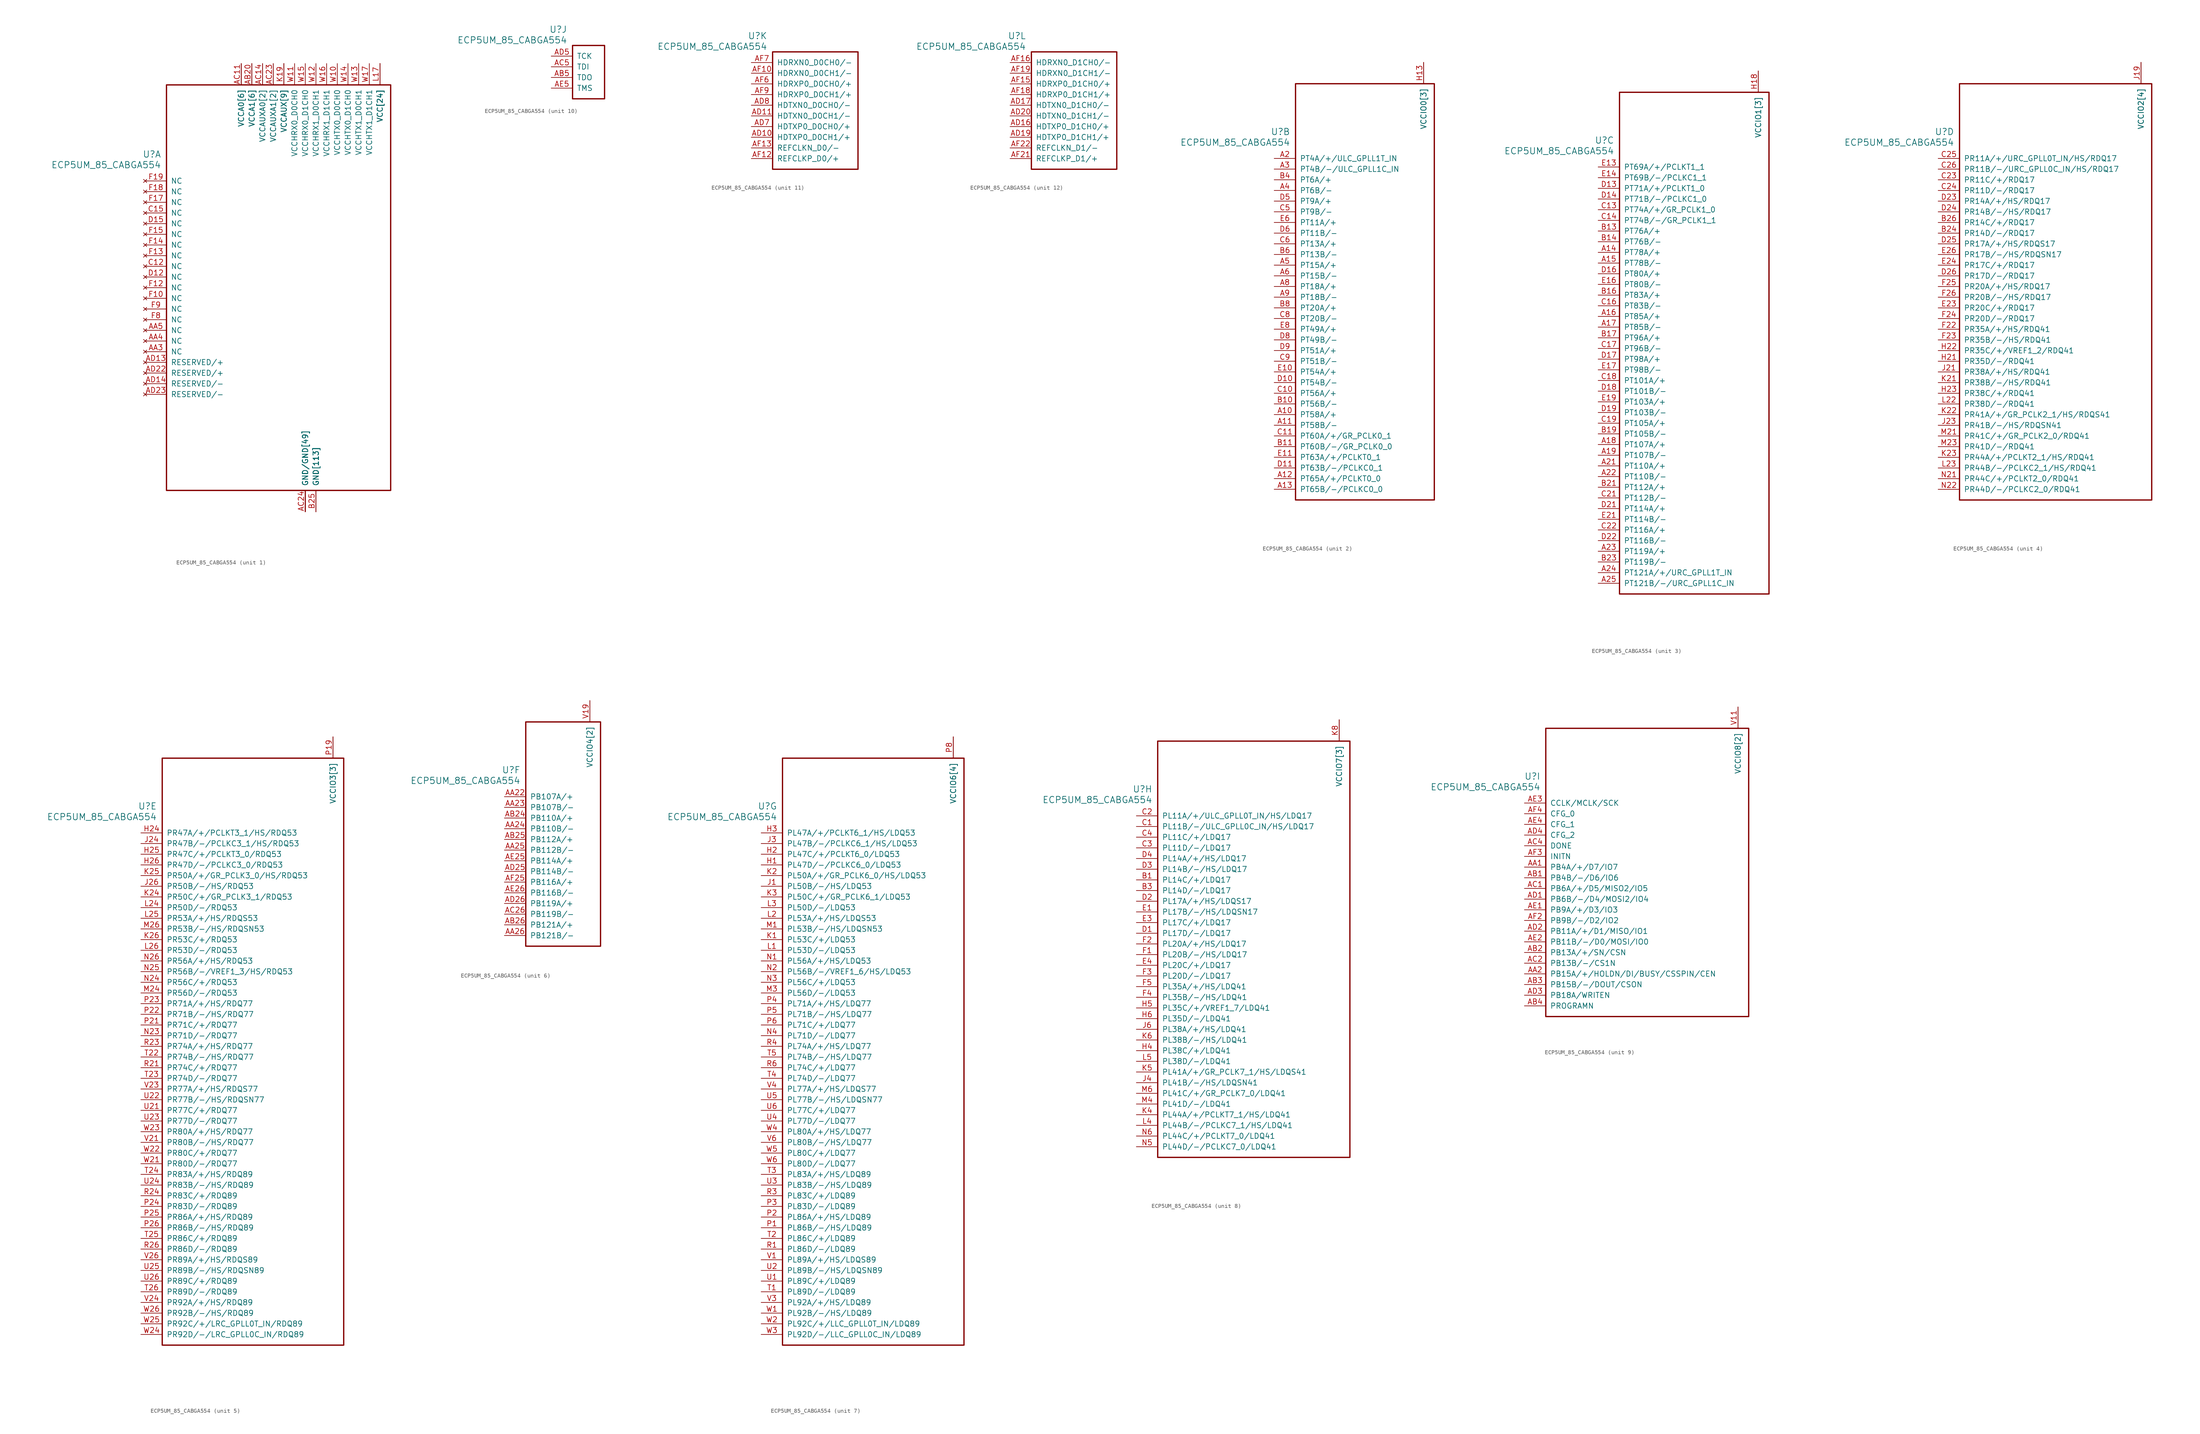
<source format=kicad_sym>
(kicad_symbol_lib
  (version 20231120)
  (generator "kicad_symbol_editor")
  (generator_version "8.0")
  (symbol "ECP5UM_85_CABGA554"
    (pin_names
      (offset 1.016))
    (property "Reference" "U"
      (at 3.81 6.35 0)
      (effects (font (size 1.524 1.524)) (justify right)))
    (property "Value" "ECP5UM_85_CABGA554"
      (at 3.81 3.81 0)
      (effects (font (size 1.524 1.524)) (justify right)))
    (property "ki_locked" ""
      (at 0 0 0)
      (effects (font (size 1.27 1.27))))
    (symbol "ECP5UM_85_CABGA554_1_1"
      (rectangle (start 5.08 22.86) (end 58.42 -73.66) (stroke (width 0.305) (type default)) (fill (type none)))
      (pin power_in line (at 38.1 -78.74 90) (length 5.08) (name "GND/GND[49]" (effects (font (size 1.27 1.27)))) (number "AA10" (effects (font (size 0 0)))))
      (pin power_in line (at 38.1 -78.74 90) (length 5.08) (name "GND/GND[49]" (effects (font (size 1.27 1.27)))) (number "AA12" (effects (font (size 0 0)))))
      (pin power_in line (at 38.1 -78.74 90) (length 5.08) (name "GND/GND[49]" (effects (font (size 1.27 1.27)))) (number "AA13" (effects (font (size 0 0)))))
      (pin power_in line (at 38.1 -78.74 90) (length 5.08) (name "GND/GND[49]" (effects (font (size 1.27 1.27)))) (number "AA14" (effects (font (size 0 0)))))
      (pin power_in line (at 38.1 -78.74 90) (length 5.08) (name "GND/GND[49]" (effects (font (size 1.27 1.27)))) (number "AA15" (effects (font (size 0 0)))))
      (pin power_in line (at 38.1 -78.74 90) (length 5.08) (name "GND/GND[49]" (effects (font (size 1.27 1.27)))) (number "AA17" (effects (font (size 0 0)))))
      (pin power_in line (at 38.1 -78.74 90) (length 5.08) (name "GND/GND[49]" (effects (font (size 1.27 1.27)))) (number "AA18" (effects (font (size 0 0)))))
      (pin power_in line (at 38.1 -78.74 90) (length 5.08) (name "GND/GND[49]" (effects (font (size 1.27 1.27)))) (number "AA20" (effects (font (size 0 0)))))
      (pin no_connect line (at 0 -40.64 0) (length 5.08) (name "NC" (effects (font (size 1.27 1.27)))) (number "AA3" (effects (font (size 1.27 1.27)))))
      (pin no_connect line (at 0 -38.1 0) (length 5.08) (name "NC" (effects (font (size 1.27 1.27)))) (number "AA4" (effects (font (size 1.27 1.27)))))
      (pin no_connect line (at 0 -35.56 0) (length 5.08) (name "NC" (effects (font (size 1.27 1.27)))) (number "AA5" (effects (font (size 1.27 1.27)))))
      (pin power_in line (at 38.1 -78.74 90) (length 5.08) (name "GND/GND[49]" (effects (font (size 1.27 1.27)))) (number "AA7" (effects (font (size 0 0)))))
      (pin power_in line (at 38.1 -78.74 90) (length 5.08) (name "GND/GND[49]" (effects (font (size 1.27 1.27)))) (number "AA9" (effects (font (size 0 0)))))
      (pin power_in line (at 22.86 27.94 270) (length 5.08) (name "VCCA0[6]" (effects (font (size 1.27 1.27)))) (number "AB10" (effects (font (size 0 0)))))
      (pin power_in line (at 38.1 -78.74 90) (length 5.08) (name "GND/GND[49]" (effects (font (size 1.27 1.27)))) (number "AB12" (effects (font (size 0 0)))))
      (pin power_in line (at 38.1 -78.74 90) (length 5.08) (name "GND/GND[49]" (effects (font (size 1.27 1.27)))) (number "AB13" (effects (font (size 0 0)))))
      (pin power_in line (at 38.1 -78.74 90) (length 5.08) (name "GND/GND[49]" (effects (font (size 1.27 1.27)))) (number "AB14" (effects (font (size 0 0)))))
      (pin power_in line (at 38.1 -78.74 90) (length 5.08) (name "GND/GND[49]" (effects (font (size 1.27 1.27)))) (number "AB15" (effects (font (size 0 0)))))
      (pin power_in line (at 25.4 27.94 270) (length 5.08) (name "VCCA1[6]" (effects (font (size 1.27 1.27)))) (number "AB17" (effects (font (size 0 0)))))
      (pin power_in line (at 38.1 -78.74 90) (length 5.08) (name "GND/GND[49]" (effects (font (size 1.27 1.27)))) (number "AB18" (effects (font (size 0 0)))))
      (pin power_in line (at 25.4 27.94 270) (length 5.08) (name "VCCA1[6]" (effects (font (size 1.27 1.27)))) (number "AB20" (effects (font (size 1.27 1.27)))))
      (pin power_in line (at 38.1 -78.74 90) (length 5.08) (name "GND/GND[49]" (effects (font (size 1.27 1.27)))) (number "AB21" (effects (font (size 0 0)))))
      (pin power_in line (at 38.1 -78.74 90) (length 5.08) (name "GND/GND[49]" (effects (font (size 1.27 1.27)))) (number "AB22" (effects (font (size 0 0)))))
      (pin power_in line (at 38.1 -78.74 90) (length 5.08) (name "GND/GND[49]" (effects (font (size 1.27 1.27)))) (number "AB23" (effects (font (size 0 0)))))
      (pin power_in line (at 38.1 -78.74 90) (length 5.08) (name "GND/GND[49]" (effects (font (size 1.27 1.27)))) (number "AB6" (effects (font (size 0 0)))))
      (pin power_in line (at 22.86 27.94 270) (length 5.08) (name "VCCA0[6]" (effects (font (size 1.27 1.27)))) (number "AB7" (effects (font (size 0 0)))))
      (pin power_in line (at 38.1 -78.74 90) (length 5.08) (name "GND/GND[49]" (effects (font (size 1.27 1.27)))) (number "AB9" (effects (font (size 0 0)))))
      (pin power_in line (at 22.86 27.94 270) (length 5.08) (name "VCCA0[6]" (effects (font (size 1.27 1.27)))) (number "AC10" (effects (font (size 0 0)))))
      (pin power_in line (at 22.86 27.94 270) (length 5.08) (name "VCCA0[6]" (effects (font (size 1.27 1.27)))) (number "AC11" (effects (font (size 1.27 1.27)))))
      (pin power_in line (at 38.1 -78.74 90) (length 5.08) (name "GND/GND[49]" (effects (font (size 1.27 1.27)))) (number "AC12" (effects (font (size 0 0)))))
      (pin power_in line (at 27.94 27.94 270) (length 5.08) (name "VCCAUXA0[2]" (effects (font (size 1.27 1.27)))) (number "AC13" (effects (font (size 0 0)))))
      (pin power_in line (at 27.94 27.94 270) (length 5.08) (name "VCCAUXA0[2]" (effects (font (size 1.27 1.27)))) (number "AC14" (effects (font (size 1.27 1.27)))))
      (pin power_in line (at 38.1 -78.74 90) (length 5.08) (name "GND/GND[49]" (effects (font (size 1.27 1.27)))) (number "AC15" (effects (font (size 0 0)))))
      (pin power_in line (at 25.4 27.94 270) (length 5.08) (name "VCCA1[6]" (effects (font (size 1.27 1.27)))) (number "AC16" (effects (font (size 0 0)))))
      (pin power_in line (at 25.4 27.94 270) (length 5.08) (name "VCCA1[6]" (effects (font (size 1.27 1.27)))) (number "AC17" (effects (font (size 0 0)))))
      (pin power_in line (at 38.1 -78.74 90) (length 5.08) (name "GND/GND[49]" (effects (font (size 1.27 1.27)))) (number "AC18" (effects (font (size 0 0)))))
      (pin power_in line (at 25.4 27.94 270) (length 5.08) (name "VCCA1[6]" (effects (font (size 1.27 1.27)))) (number "AC19" (effects (font (size 0 0)))))
      (pin power_in line (at 25.4 27.94 270) (length 5.08) (name "VCCA1[6]" (effects (font (size 1.27 1.27)))) (number "AC20" (effects (font (size 0 0)))))
      (pin power_in line (at 38.1 -78.74 90) (length 5.08) (name "GND/GND[49]" (effects (font (size 1.27 1.27)))) (number "AC21" (effects (font (size 0 0)))))
      (pin power_in line (at 30.48 27.94 270) (length 5.08) (name "VCCAUXA1[2]" (effects (font (size 1.27 1.27)))) (number "AC22" (effects (font (size 0 0)))))
      (pin power_in line (at 30.48 27.94 270) (length 5.08) (name "VCCAUXA1[2]" (effects (font (size 1.27 1.27)))) (number "AC23" (effects (font (size 1.27 1.27)))))
      (pin power_in line (at 38.1 -78.74 90) (length 5.08) (name "GND/GND[49]" (effects (font (size 1.27 1.27)))) (number "AC24" (effects (font (size 1.27 1.27)))))
      (pin power_in line (at 40.64 -78.74 90) (length 5.08) (name "GND[113]" (effects (font (size 1.27 1.27)))) (number "AC25" (effects (font (size 0 0)))))
      (pin power_in line (at 40.64 -78.74 90) (length 5.08) (name "GND[113]" (effects (font (size 1.27 1.27)))) (number "AC3" (effects (font (size 0 0)))))
      (pin power_in line (at 38.1 -78.74 90) (length 5.08) (name "GND/GND[49]" (effects (font (size 1.27 1.27)))) (number "AC6" (effects (font (size 0 0)))))
      (pin power_in line (at 22.86 27.94 270) (length 5.08) (name "VCCA0[6]" (effects (font (size 1.27 1.27)))) (number "AC7" (effects (font (size 0 0)))))
      (pin power_in line (at 22.86 27.94 270) (length 5.08) (name "VCCA0[6]" (effects (font (size 1.27 1.27)))) (number "AC8" (effects (font (size 0 0)))))
      (pin power_in line (at 38.1 -78.74 90) (length 5.08) (name "GND/GND[49]" (effects (font (size 1.27 1.27)))) (number "AC9" (effects (font (size 0 0)))))
      (pin power_in line (at 38.1 -78.74 90) (length 5.08) (name "GND/GND[49]" (effects (font (size 1.27 1.27)))) (number "AD12" (effects (font (size 0 0)))))
      (pin no_connect line (at 0 -43.18 0) (length 5.08) (name "RESERVED/+" (effects (font (size 1.27 1.27)))) (number "AD13" (effects (font (size 1.27 1.27)))))
      (pin no_connect line (at 0 -48.26 0) (length 5.08) (name "RESERVED/-" (effects (font (size 1.27 1.27)))) (number "AD14" (effects (font (size 1.27 1.27)))))
      (pin power_in line (at 38.1 -78.74 90) (length 5.08) (name "GND/GND[49]" (effects (font (size 1.27 1.27)))) (number "AD15" (effects (font (size 0 0)))))
      (pin power_in line (at 38.1 -78.74 90) (length 5.08) (name "GND/GND[49]" (effects (font (size 1.27 1.27)))) (number "AD18" (effects (font (size 0 0)))))
      (pin power_in line (at 38.1 -78.74 90) (length 5.08) (name "GND/GND[49]" (effects (font (size 1.27 1.27)))) (number "AD21" (effects (font (size 0 0)))))
      (pin no_connect line (at 0 -45.72 0) (length 5.08) (name "RESERVED/+" (effects (font (size 1.27 1.27)))) (number "AD22" (effects (font (size 1.27 1.27)))))
      (pin no_connect line (at 0 -50.8 0) (length 5.08) (name "RESERVED/-" (effects (font (size 1.27 1.27)))) (number "AD23" (effects (font (size 1.27 1.27)))))
      (pin power_in line (at 38.1 -78.74 90) (length 5.08) (name "GND/GND[49]" (effects (font (size 1.27 1.27)))) (number "AD24" (effects (font (size 0 0)))))
      (pin power_in line (at 38.1 -78.74 90) (length 5.08) (name "GND/GND[49]" (effects (font (size 1.27 1.27)))) (number "AD6" (effects (font (size 0 0)))))
      (pin power_in line (at 38.1 -78.74 90) (length 5.08) (name "GND/GND[49]" (effects (font (size 1.27 1.27)))) (number "AD9" (effects (font (size 0 0)))))
      (pin power_in line (at 38.1 -78.74 90) (length 5.08) (name "GND/GND[49]" (effects (font (size 1.27 1.27)))) (number "AE10" (effects (font (size 0 0)))))
      (pin power_in line (at 38.1 -78.74 90) (length 5.08) (name "GND/GND[49]" (effects (font (size 1.27 1.27)))) (number "AE12" (effects (font (size 0 0)))))
      (pin power_in line (at 38.1 -78.74 90) (length 5.08) (name "GND/GND[49]" (effects (font (size 1.27 1.27)))) (number "AE13" (effects (font (size 0 0)))))
      (pin power_in line (at 38.1 -78.74 90) (length 5.08) (name "GND/GND[49]" (effects (font (size 1.27 1.27)))) (number "AE15" (effects (font (size 0 0)))))
      (pin power_in line (at 38.1 -78.74 90) (length 5.08) (name "GND/GND[49]" (effects (font (size 1.27 1.27)))) (number "AE16" (effects (font (size 0 0)))))
      (pin power_in line (at 38.1 -78.74 90) (length 5.08) (name "GND/GND[49]" (effects (font (size 1.27 1.27)))) (number "AE18" (effects (font (size 0 0)))))
      (pin power_in line (at 38.1 -78.74 90) (length 5.08) (name "GND/GND[49]" (effects (font (size 1.27 1.27)))) (number "AE19" (effects (font (size 0 0)))))
      (pin power_in line (at 38.1 -78.74 90) (length 5.08) (name "GND/GND[49]" (effects (font (size 1.27 1.27)))) (number "AE21" (effects (font (size 0 0)))))
      (pin power_in line (at 38.1 -78.74 90) (length 5.08) (name "GND/GND[49]" (effects (font (size 1.27 1.27)))) (number "AE22" (effects (font (size 0 0)))))
      (pin power_in line (at 38.1 -78.74 90) (length 5.08) (name "GND/GND[49]" (effects (font (size 1.27 1.27)))) (number "AE24" (effects (font (size 0 0)))))
      (pin power_in line (at 38.1 -78.74 90) (length 5.08) (name "GND/GND[49]" (effects (font (size 1.27 1.27)))) (number "AE6" (effects (font (size 0 0)))))
      (pin power_in line (at 38.1 -78.74 90) (length 5.08) (name "GND/GND[49]" (effects (font (size 1.27 1.27)))) (number "AE7" (effects (font (size 0 0)))))
      (pin power_in line (at 38.1 -78.74 90) (length 5.08) (name "GND/GND[49]" (effects (font (size 1.27 1.27)))) (number "AE9" (effects (font (size 0 0)))))
      (pin power_in line (at 38.1 -78.74 90) (length 5.08) (name "GND/GND[49]" (effects (font (size 1.27 1.27)))) (number "AF24" (effects (font (size 0 0)))))
      (pin power_in line (at 38.1 -78.74 90) (length 5.08) (name "GND/GND[49]" (effects (font (size 1.27 1.27)))) (number "AF5" (effects (font (size 0 0)))))
      (pin power_in line (at 40.64 -78.74 90) (length 5.08) (name "GND[113]" (effects (font (size 1.27 1.27)))) (number "B12" (effects (font (size 0 0)))))
      (pin power_in line (at 40.64 -78.74 90) (length 5.08) (name "GND[113]" (effects (font (size 1.27 1.27)))) (number "B15" (effects (font (size 0 0)))))
      (pin power_in line (at 40.64 -78.74 90) (length 5.08) (name "GND[113]" (effects (font (size 1.27 1.27)))) (number "B18" (effects (font (size 0 0)))))
      (pin power_in line (at 40.64 -78.74 90) (length 5.08) (name "GND[113]" (effects (font (size 1.27 1.27)))) (number "B2" (effects (font (size 0 0)))))
      (pin power_in line (at 40.64 -78.74 90) (length 5.08) (name "GND[113]" (effects (font (size 1.27 1.27)))) (number "B22" (effects (font (size 0 0)))))
      (pin power_in line (at 40.64 -78.74 90) (length 5.08) (name "GND[113]" (effects (font (size 1.27 1.27)))) (number "B25" (effects (font (size 1.27 1.27)))))
      (pin power_in line (at 40.64 -78.74 90) (length 5.08) (name "GND[113]" (effects (font (size 1.27 1.27)))) (number "B5" (effects (font (size 0 0)))))
      (pin power_in line (at 40.64 -78.74 90) (length 5.08) (name "GND[113]" (effects (font (size 1.27 1.27)))) (number "B9" (effects (font (size 0 0)))))
      (pin no_connect line (at 0 -20.32 0) (length 5.08) (name "NC" (effects (font (size 1.27 1.27)))) (number "C12" (effects (font (size 1.27 1.27)))))
      (pin no_connect line (at 0 -7.62 0) (length 5.08) (name "NC" (effects (font (size 1.27 1.27)))) (number "C15" (effects (font (size 1.27 1.27)))))
      (pin no_connect line (at 0 -22.86 0) (length 5.08) (name "NC" (effects (font (size 1.27 1.27)))) (number "D12" (effects (font (size 1.27 1.27)))))
      (pin no_connect line (at 0 -10.16 0) (length 5.08) (name "NC" (effects (font (size 1.27 1.27)))) (number "D15" (effects (font (size 1.27 1.27)))))
      (pin power_in line (at 40.64 -78.74 90) (length 5.08) (name "GND[113]" (effects (font (size 1.27 1.27)))) (number "E12" (effects (font (size 0 0)))))
      (pin power_in line (at 40.64 -78.74 90) (length 5.08) (name "GND[113]" (effects (font (size 1.27 1.27)))) (number "E15" (effects (font (size 0 0)))))
      (pin power_in line (at 40.64 -78.74 90) (length 5.08) (name "GND[113]" (effects (font (size 1.27 1.27)))) (number "E18" (effects (font (size 0 0)))))
      (pin power_in line (at 40.64 -78.74 90) (length 5.08) (name "GND[113]" (effects (font (size 1.27 1.27)))) (number "E2" (effects (font (size 0 0)))))
      (pin power_in line (at 40.64 -78.74 90) (length 5.08) (name "GND[113]" (effects (font (size 1.27 1.27)))) (number "E22" (effects (font (size 0 0)))))
      (pin power_in line (at 40.64 -78.74 90) (length 5.08) (name "GND[113]" (effects (font (size 1.27 1.27)))) (number "E25" (effects (font (size 0 0)))))
      (pin power_in line (at 40.64 -78.74 90) (length 5.08) (name "GND[113]" (effects (font (size 1.27 1.27)))) (number "E5" (effects (font (size 0 0)))))
      (pin power_in line (at 40.64 -78.74 90) (length 5.08) (name "GND[113]" (effects (font (size 1.27 1.27)))) (number "E9" (effects (font (size 0 0)))))
      (pin no_connect line (at 0 -27.94 0) (length 5.08) (name "NC" (effects (font (size 1.27 1.27)))) (number "F10" (effects (font (size 1.27 1.27)))))
      (pin no_connect line (at 0 -25.4 0) (length 5.08) (name "NC" (effects (font (size 1.27 1.27)))) (number "F12" (effects (font (size 1.27 1.27)))))
      (pin no_connect line (at 0 -17.78 0) (length 5.08) (name "NC" (effects (font (size 1.27 1.27)))) (number "F13" (effects (font (size 1.27 1.27)))))
      (pin no_connect line (at 0 -15.24 0) (length 5.08) (name "NC" (effects (font (size 1.27 1.27)))) (number "F14" (effects (font (size 1.27 1.27)))))
      (pin no_connect line (at 0 -12.7 0) (length 5.08) (name "NC" (effects (font (size 1.27 1.27)))) (number "F15" (effects (font (size 1.27 1.27)))))
      (pin no_connect line (at 0 -5.08 0) (length 5.08) (name "NC" (effects (font (size 1.27 1.27)))) (number "F17" (effects (font (size 1.27 1.27)))))
      (pin no_connect line (at 0 -2.54 0) (length 5.08) (name "NC" (effects (font (size 1.27 1.27)))) (number "F18" (effects (font (size 1.27 1.27)))))
      (pin no_connect line (at 0 0 0) (length 5.08) (name "NC" (effects (font (size 1.27 1.27)))) (number "F19" (effects (font (size 1.27 1.27)))))
      (pin no_connect line (at 0 -33.02 0) (length 5.08) (name "NC" (effects (font (size 1.27 1.27)))) (number "F8" (effects (font (size 1.27 1.27)))))
      (pin no_connect line (at 0 -30.48 0) (length 5.08) (name "NC" (effects (font (size 1.27 1.27)))) (number "F9" (effects (font (size 1.27 1.27)))))
      (pin power_in line (at 33.02 27.94 270) (length 5.08) (name "VCCAUX[9]" (effects (font (size 1.27 1.27)))) (number "H11" (effects (font (size 0 0)))))
      (pin power_in line (at 33.02 27.94 270) (length 5.08) (name "VCCAUX[9]" (effects (font (size 1.27 1.27)))) (number "H14" (effects (font (size 0 0)))))
      (pin power_in line (at 33.02 27.94 270) (length 5.08) (name "VCCAUX[9]" (effects (font (size 1.27 1.27)))) (number "H17" (effects (font (size 0 0)))))
      (pin power_in line (at 40.64 -78.74 90) (length 5.08) (name "GND[113]" (effects (font (size 1.27 1.27)))) (number "H19" (effects (font (size 0 0)))))
      (pin power_in line (at 40.64 -78.74 90) (length 5.08) (name "GND[113]" (effects (font (size 1.27 1.27)))) (number "H8" (effects (font (size 0 0)))))
      (pin power_in line (at 40.64 -78.74 90) (length 5.08) (name "GND[113]" (effects (font (size 1.27 1.27)))) (number "H9" (effects (font (size 0 0)))))
      (pin power_in line (at 40.64 -78.74 90) (length 5.08) (name "GND[113]" (effects (font (size 1.27 1.27)))) (number "J10" (effects (font (size 0 0)))))
      (pin power_in line (at 40.64 -78.74 90) (length 5.08) (name "GND[113]" (effects (font (size 1.27 1.27)))) (number "J11" (effects (font (size 0 0)))))
      (pin power_in line (at 40.64 -78.74 90) (length 5.08) (name "GND[113]" (effects (font (size 1.27 1.27)))) (number "J12" (effects (font (size 0 0)))))
      (pin power_in line (at 40.64 -78.74 90) (length 5.08) (name "GND[113]" (effects (font (size 1.27 1.27)))) (number "J13" (effects (font (size 0 0)))))
      (pin power_in line (at 40.64 -78.74 90) (length 5.08) (name "GND[113]" (effects (font (size 1.27 1.27)))) (number "J14" (effects (font (size 0 0)))))
      (pin power_in line (at 40.64 -78.74 90) (length 5.08) (name "GND[113]" (effects (font (size 1.27 1.27)))) (number "J15" (effects (font (size 0 0)))))
      (pin power_in line (at 40.64 -78.74 90) (length 5.08) (name "GND[113]" (effects (font (size 1.27 1.27)))) (number "J16" (effects (font (size 0 0)))))
      (pin power_in line (at 40.64 -78.74 90) (length 5.08) (name "GND[113]" (effects (font (size 1.27 1.27)))) (number "J17" (effects (font (size 0 0)))))
      (pin power_in line (at 40.64 -78.74 90) (length 5.08) (name "GND[113]" (effects (font (size 1.27 1.27)))) (number "J18" (effects (font (size 0 0)))))
      (pin power_in line (at 40.64 -78.74 90) (length 5.08) (name "GND[113]" (effects (font (size 1.27 1.27)))) (number "J2" (effects (font (size 0 0)))))
      (pin power_in line (at 40.64 -78.74 90) (length 5.08) (name "GND[113]" (effects (font (size 1.27 1.27)))) (number "J22" (effects (font (size 0 0)))))
      (pin power_in line (at 40.64 -78.74 90) (length 5.08) (name "GND[113]" (effects (font (size 1.27 1.27)))) (number "J25" (effects (font (size 0 0)))))
      (pin power_in line (at 40.64 -78.74 90) (length 5.08) (name "GND[113]" (effects (font (size 1.27 1.27)))) (number "J5" (effects (font (size 0 0)))))
      (pin power_in line (at 40.64 -78.74 90) (length 5.08) (name "GND[113]" (effects (font (size 1.27 1.27)))) (number "J8" (effects (font (size 0 0)))))
      (pin power_in line (at 40.64 -78.74 90) (length 5.08) (name "GND[113]" (effects (font (size 1.27 1.27)))) (number "J9" (effects (font (size 0 0)))))
      (pin power_in line (at 40.64 -78.74 90) (length 5.08) (name "GND[113]" (effects (font (size 1.27 1.27)))) (number "K10" (effects (font (size 0 0)))))
      (pin power_in line (at 55.88 27.94 270) (length 5.08) (name "VCC[24]" (effects (font (size 1.27 1.27)))) (number "K11" (effects (font (size 0 0)))))
      (pin power_in line (at 55.88 27.94 270) (length 5.08) (name "VCC[24]" (effects (font (size 1.27 1.27)))) (number "K12" (effects (font (size 0 0)))))
      (pin power_in line (at 55.88 27.94 270) (length 5.08) (name "VCC[24]" (effects (font (size 1.27 1.27)))) (number "K13" (effects (font (size 0 0)))))
      (pin power_in line (at 55.88 27.94 270) (length 5.08) (name "VCC[24]" (effects (font (size 1.27 1.27)))) (number "K14" (effects (font (size 0 0)))))
      (pin power_in line (at 55.88 27.94 270) (length 5.08) (name "VCC[24]" (effects (font (size 1.27 1.27)))) (number "K15" (effects (font (size 0 0)))))
      (pin power_in line (at 55.88 27.94 270) (length 5.08) (name "VCC[24]" (effects (font (size 1.27 1.27)))) (number "K16" (effects (font (size 0 0)))))
      (pin power_in line (at 40.64 -78.74 90) (length 5.08) (name "GND[113]" (effects (font (size 1.27 1.27)))) (number "K17" (effects (font (size 0 0)))))
      (pin power_in line (at 40.64 -78.74 90) (length 5.08) (name "GND[113]" (effects (font (size 1.27 1.27)))) (number "K18" (effects (font (size 0 0)))))
      (pin power_in line (at 33.02 27.94 270) (length 5.08) (name "VCCAUX[9]" (effects (font (size 1.27 1.27)))) (number "K19" (effects (font (size 1.27 1.27)))))
      (pin power_in line (at 40.64 -78.74 90) (length 5.08) (name "GND[113]" (effects (font (size 1.27 1.27)))) (number "K9" (effects (font (size 0 0)))))
      (pin power_in line (at 55.88 27.94 270) (length 5.08) (name "VCC[24]" (effects (font (size 1.27 1.27)))) (number "L10" (effects (font (size 0 0)))))
      (pin power_in line (at 40.64 -78.74 90) (length 5.08) (name "GND[113]" (effects (font (size 1.27 1.27)))) (number "L11" (effects (font (size 0 0)))))
      (pin power_in line (at 40.64 -78.74 90) (length 5.08) (name "GND[113]" (effects (font (size 1.27 1.27)))) (number "L12" (effects (font (size 0 0)))))
      (pin power_in line (at 40.64 -78.74 90) (length 5.08) (name "GND[113]" (effects (font (size 1.27 1.27)))) (number "L13" (effects (font (size 0 0)))))
      (pin power_in line (at 40.64 -78.74 90) (length 5.08) (name "GND[113]" (effects (font (size 1.27 1.27)))) (number "L14" (effects (font (size 0 0)))))
      (pin power_in line (at 40.64 -78.74 90) (length 5.08) (name "GND[113]" (effects (font (size 1.27 1.27)))) (number "L15" (effects (font (size 0 0)))))
      (pin power_in line (at 40.64 -78.74 90) (length 5.08) (name "GND[113]" (effects (font (size 1.27 1.27)))) (number "L16" (effects (font (size 0 0)))))
      (pin power_in line (at 55.88 27.94 270) (length 5.08) (name "VCC[24]" (effects (font (size 1.27 1.27)))) (number "L17" (effects (font (size 1.27 1.27)))))
      (pin power_in line (at 40.64 -78.74 90) (length 5.08) (name "GND[113]" (effects (font (size 1.27 1.27)))) (number "L18" (effects (font (size 0 0)))))
      (pin power_in line (at 33.02 27.94 270) (length 5.08) (name "VCCAUX[9]" (effects (font (size 1.27 1.27)))) (number "L8" (effects (font (size 0 0)))))
      (pin power_in line (at 40.64 -78.74 90) (length 5.08) (name "GND[113]" (effects (font (size 1.27 1.27)))) (number "L9" (effects (font (size 0 0)))))
      (pin power_in line (at 55.88 27.94 270) (length 5.08) (name "VCC[24]" (effects (font (size 1.27 1.27)))) (number "M10" (effects (font (size 0 0)))))
      (pin power_in line (at 40.64 -78.74 90) (length 5.08) (name "GND[113]" (effects (font (size 1.27 1.27)))) (number "M11" (effects (font (size 0 0)))))
      (pin power_in line (at 40.64 -78.74 90) (length 5.08) (name "GND[113]" (effects (font (size 1.27 1.27)))) (number "M12" (effects (font (size 0 0)))))
      (pin power_in line (at 40.64 -78.74 90) (length 5.08) (name "GND[113]" (effects (font (size 1.27 1.27)))) (number "M13" (effects (font (size 0 0)))))
      (pin power_in line (at 40.64 -78.74 90) (length 5.08) (name "GND[113]" (effects (font (size 1.27 1.27)))) (number "M14" (effects (font (size 0 0)))))
      (pin power_in line (at 40.64 -78.74 90) (length 5.08) (name "GND[113]" (effects (font (size 1.27 1.27)))) (number "M15" (effects (font (size 0 0)))))
      (pin power_in line (at 40.64 -78.74 90) (length 5.08) (name "GND[113]" (effects (font (size 1.27 1.27)))) (number "M16" (effects (font (size 0 0)))))
      (pin power_in line (at 55.88 27.94 270) (length 5.08) (name "VCC[24]" (effects (font (size 1.27 1.27)))) (number "M17" (effects (font (size 0 0)))))
      (pin power_in line (at 40.64 -78.74 90) (length 5.08) (name "GND[113]" (effects (font (size 1.27 1.27)))) (number "M18" (effects (font (size 0 0)))))
      (pin power_in line (at 40.64 -78.74 90) (length 5.08) (name "GND[113]" (effects (font (size 1.27 1.27)))) (number "M2" (effects (font (size 0 0)))))
      (pin power_in line (at 40.64 -78.74 90) (length 5.08) (name "GND[113]" (effects (font (size 1.27 1.27)))) (number "M22" (effects (font (size 0 0)))))
      (pin power_in line (at 40.64 -78.74 90) (length 5.08) (name "GND[113]" (effects (font (size 1.27 1.27)))) (number "M25" (effects (font (size 0 0)))))
      (pin power_in line (at 40.64 -78.74 90) (length 5.08) (name "GND[113]" (effects (font (size 1.27 1.27)))) (number "M5" (effects (font (size 0 0)))))
      (pin power_in line (at 40.64 -78.74 90) (length 5.08) (name "GND[113]" (effects (font (size 1.27 1.27)))) (number "M9" (effects (font (size 0 0)))))
      (pin power_in line (at 55.88 27.94 270) (length 5.08) (name "VCC[24]" (effects (font (size 1.27 1.27)))) (number "N10" (effects (font (size 0 0)))))
      (pin power_in line (at 40.64 -78.74 90) (length 5.08) (name "GND[113]" (effects (font (size 1.27 1.27)))) (number "N11" (effects (font (size 0 0)))))
      (pin power_in line (at 40.64 -78.74 90) (length 5.08) (name "GND[113]" (effects (font (size 1.27 1.27)))) (number "N12" (effects (font (size 0 0)))))
      (pin power_in line (at 40.64 -78.74 90) (length 5.08) (name "GND[113]" (effects (font (size 1.27 1.27)))) (number "N13" (effects (font (size 0 0)))))
      (pin power_in line (at 40.64 -78.74 90) (length 5.08) (name "GND[113]" (effects (font (size 1.27 1.27)))) (number "N14" (effects (font (size 0 0)))))
      (pin power_in line (at 40.64 -78.74 90) (length 5.08) (name "GND[113]" (effects (font (size 1.27 1.27)))) (number "N15" (effects (font (size 0 0)))))
      (pin power_in line (at 40.64 -78.74 90) (length 5.08) (name "GND[113]" (effects (font (size 1.27 1.27)))) (number "N16" (effects (font (size 0 0)))))
      (pin power_in line (at 55.88 27.94 270) (length 5.08) (name "VCC[24]" (effects (font (size 1.27 1.27)))) (number "N17" (effects (font (size 0 0)))))
      (pin power_in line (at 40.64 -78.74 90) (length 5.08) (name "GND[113]" (effects (font (size 1.27 1.27)))) (number "N18" (effects (font (size 0 0)))))
      (pin power_in line (at 40.64 -78.74 90) (length 5.08) (name "GND[113]" (effects (font (size 1.27 1.27)))) (number "N9" (effects (font (size 0 0)))))
      (pin power_in line (at 55.88 27.94 270) (length 5.08) (name "VCC[24]" (effects (font (size 1.27 1.27)))) (number "P10" (effects (font (size 0 0)))))
      (pin power_in line (at 40.64 -78.74 90) (length 5.08) (name "GND[113]" (effects (font (size 1.27 1.27)))) (number "P11" (effects (font (size 0 0)))))
      (pin power_in line (at 40.64 -78.74 90) (length 5.08) (name "GND[113]" (effects (font (size 1.27 1.27)))) (number "P12" (effects (font (size 0 0)))))
      (pin power_in line (at 40.64 -78.74 90) (length 5.08) (name "GND[113]" (effects (font (size 1.27 1.27)))) (number "P13" (effects (font (size 0 0)))))
      (pin power_in line (at 40.64 -78.74 90) (length 5.08) (name "GND[113]" (effects (font (size 1.27 1.27)))) (number "P14" (effects (font (size 0 0)))))
      (pin power_in line (at 40.64 -78.74 90) (length 5.08) (name "GND[113]" (effects (font (size 1.27 1.27)))) (number "P15" (effects (font (size 0 0)))))
      (pin power_in line (at 40.64 -78.74 90) (length 5.08) (name "GND[113]" (effects (font (size 1.27 1.27)))) (number "P16" (effects (font (size 0 0)))))
      (pin power_in line (at 55.88 27.94 270) (length 5.08) (name "VCC[24]" (effects (font (size 1.27 1.27)))) (number "P17" (effects (font (size 0 0)))))
      (pin power_in line (at 40.64 -78.74 90) (length 5.08) (name "GND[113]" (effects (font (size 1.27 1.27)))) (number "P18" (effects (font (size 0 0)))))
      (pin power_in line (at 40.64 -78.74 90) (length 5.08) (name "GND[113]" (effects (font (size 1.27 1.27)))) (number "P9" (effects (font (size 0 0)))))
      (pin power_in line (at 55.88 27.94 270) (length 5.08) (name "VCC[24]" (effects (font (size 1.27 1.27)))) (number "R10" (effects (font (size 0 0)))))
      (pin power_in line (at 40.64 -78.74 90) (length 5.08) (name "GND[113]" (effects (font (size 1.27 1.27)))) (number "R11" (effects (font (size 0 0)))))
      (pin power_in line (at 40.64 -78.74 90) (length 5.08) (name "GND[113]" (effects (font (size 1.27 1.27)))) (number "R12" (effects (font (size 0 0)))))
      (pin power_in line (at 40.64 -78.74 90) (length 5.08) (name "GND[113]" (effects (font (size 1.27 1.27)))) (number "R13" (effects (font (size 0 0)))))
      (pin power_in line (at 40.64 -78.74 90) (length 5.08) (name "GND[113]" (effects (font (size 1.27 1.27)))) (number "R14" (effects (font (size 0 0)))))
      (pin power_in line (at 40.64 -78.74 90) (length 5.08) (name "GND[113]" (effects (font (size 1.27 1.27)))) (number "R15" (effects (font (size 0 0)))))
      (pin power_in line (at 40.64 -78.74 90) (length 5.08) (name "GND[113]" (effects (font (size 1.27 1.27)))) (number "R16" (effects (font (size 0 0)))))
      (pin power_in line (at 55.88 27.94 270) (length 5.08) (name "VCC[24]" (effects (font (size 1.27 1.27)))) (number "R17" (effects (font (size 0 0)))))
      (pin power_in line (at 40.64 -78.74 90) (length 5.08) (name "GND[113]" (effects (font (size 1.27 1.27)))) (number "R18" (effects (font (size 0 0)))))
      (pin power_in line (at 40.64 -78.74 90) (length 5.08) (name "GND[113]" (effects (font (size 1.27 1.27)))) (number "R2" (effects (font (size 0 0)))))
      (pin power_in line (at 40.64 -78.74 90) (length 5.08) (name "GND[113]" (effects (font (size 1.27 1.27)))) (number "R22" (effects (font (size 0 0)))))
      (pin power_in line (at 40.64 -78.74 90) (length 5.08) (name "GND[113]" (effects (font (size 1.27 1.27)))) (number "R25" (effects (font (size 0 0)))))
      (pin power_in line (at 40.64 -78.74 90) (length 5.08) (name "GND[113]" (effects (font (size 1.27 1.27)))) (number "R5" (effects (font (size 0 0)))))
      (pin power_in line (at 40.64 -78.74 90) (length 5.08) (name "GND[113]" (effects (font (size 1.27 1.27)))) (number "R9" (effects (font (size 0 0)))))
      (pin power_in line (at 55.88 27.94 270) (length 5.08) (name "VCC[24]" (effects (font (size 1.27 1.27)))) (number "T10" (effects (font (size 0 0)))))
      (pin power_in line (at 55.88 27.94 270) (length 5.08) (name "VCC[24]" (effects (font (size 1.27 1.27)))) (number "T11" (effects (font (size 0 0)))))
      (pin power_in line (at 55.88 27.94 270) (length 5.08) (name "VCC[24]" (effects (font (size 1.27 1.27)))) (number "T12" (effects (font (size 0 0)))))
      (pin power_in line (at 55.88 27.94 270) (length 5.08) (name "VCC[24]" (effects (font (size 1.27 1.27)))) (number "T13" (effects (font (size 0 0)))))
      (pin power_in line (at 55.88 27.94 270) (length 5.08) (name "VCC[24]" (effects (font (size 1.27 1.27)))) (number "T14" (effects (font (size 0 0)))))
      (pin power_in line (at 55.88 27.94 270) (length 5.08) (name "VCC[24]" (effects (font (size 1.27 1.27)))) (number "T15" (effects (font (size 0 0)))))
      (pin power_in line (at 55.88 27.94 270) (length 5.08) (name "VCC[24]" (effects (font (size 1.27 1.27)))) (number "T16" (effects (font (size 0 0)))))
      (pin power_in line (at 55.88 27.94 270) (length 5.08) (name "VCC[24]" (effects (font (size 1.27 1.27)))) (number "T17" (effects (font (size 0 0)))))
      (pin power_in line (at 40.64 -78.74 90) (length 5.08) (name "GND[113]" (effects (font (size 1.27 1.27)))) (number "T18" (effects (font (size 0 0)))))
      (pin power_in line (at 33.02 27.94 270) (length 5.08) (name "VCCAUX[9]" (effects (font (size 1.27 1.27)))) (number "T19" (effects (font (size 0 0)))))
      (pin power_in line (at 33.02 27.94 270) (length 5.08) (name "VCCAUX[9]" (effects (font (size 1.27 1.27)))) (number "T8" (effects (font (size 0 0)))))
      (pin power_in line (at 40.64 -78.74 90) (length 5.08) (name "GND[113]" (effects (font (size 1.27 1.27)))) (number "T9" (effects (font (size 0 0)))))
      (pin power_in line (at 40.64 -78.74 90) (length 5.08) (name "GND[113]" (effects (font (size 1.27 1.27)))) (number "U10" (effects (font (size 0 0)))))
      (pin power_in line (at 40.64 -78.74 90) (length 5.08) (name "GND[113]" (effects (font (size 1.27 1.27)))) (number "U11" (effects (font (size 0 0)))))
      (pin power_in line (at 40.64 -78.74 90) (length 5.08) (name "GND[113]" (effects (font (size 1.27 1.27)))) (number "U12" (effects (font (size 0 0)))))
      (pin power_in line (at 40.64 -78.74 90) (length 5.08) (name "GND[113]" (effects (font (size 1.27 1.27)))) (number "U13" (effects (font (size 0 0)))))
      (pin power_in line (at 40.64 -78.74 90) (length 5.08) (name "GND[113]" (effects (font (size 1.27 1.27)))) (number "U14" (effects (font (size 0 0)))))
      (pin power_in line (at 40.64 -78.74 90) (length 5.08) (name "GND[113]" (effects (font (size 1.27 1.27)))) (number "U15" (effects (font (size 0 0)))))
      (pin power_in line (at 40.64 -78.74 90) (length 5.08) (name "GND[113]" (effects (font (size 1.27 1.27)))) (number "U16" (effects (font (size 0 0)))))
      (pin power_in line (at 40.64 -78.74 90) (length 5.08) (name "GND[113]" (effects (font (size 1.27 1.27)))) (number "U17" (effects (font (size 0 0)))))
      (pin power_in line (at 40.64 -78.74 90) (length 5.08) (name "GND[113]" (effects (font (size 1.27 1.27)))) (number "U18" (effects (font (size 0 0)))))
      (pin power_in line (at 40.64 -78.74 90) (length 5.08) (name "GND[113]" (effects (font (size 1.27 1.27)))) (number "U9" (effects (font (size 0 0)))))
      (pin power_in line (at 40.64 -78.74 90) (length 5.08) (name "GND[113]" (effects (font (size 1.27 1.27)))) (number "V12" (effects (font (size 0 0)))))
      (pin power_in line (at 40.64 -78.74 90) (length 5.08) (name "GND[113]" (effects (font (size 1.27 1.27)))) (number "V13" (effects (font (size 0 0)))))
      (pin power_in line (at 40.64 -78.74 90) (length 5.08) (name "GND[113]" (effects (font (size 1.27 1.27)))) (number "V14" (effects (font (size 0 0)))))
      (pin power_in line (at 40.64 -78.74 90) (length 5.08) (name "GND[113]" (effects (font (size 1.27 1.27)))) (number "V15" (effects (font (size 0 0)))))
      (pin power_in line (at 40.64 -78.74 90) (length 5.08) (name "GND[113]" (effects (font (size 1.27 1.27)))) (number "V16" (effects (font (size 0 0)))))
      (pin power_in line (at 40.64 -78.74 90) (length 5.08) (name "GND[113]" (effects (font (size 1.27 1.27)))) (number "V17" (effects (font (size 0 0)))))
      (pin power_in line (at 40.64 -78.74 90) (length 5.08) (name "GND[113]" (effects (font (size 1.27 1.27)))) (number "V2" (effects (font (size 0 0)))))
      (pin power_in line (at 40.64 -78.74 90) (length 5.08) (name "GND[113]" (effects (font (size 1.27 1.27)))) (number "V22" (effects (font (size 0 0)))))
      (pin power_in line (at 40.64 -78.74 90) (length 5.08) (name "GND[113]" (effects (font (size 1.27 1.27)))) (number "V25" (effects (font (size 0 0)))))
      (pin power_in line (at 40.64 -78.74 90) (length 5.08) (name "GND[113]" (effects (font (size 1.27 1.27)))) (number "V5" (effects (font (size 0 0)))))
      (pin power_in line (at 40.64 -78.74 90) (length 5.08) (name "GND[113]" (effects (font (size 1.27 1.27)))) (number "V9" (effects (font (size 0 0)))))
      (pin power_in line (at 45.72 27.94 270) (length 5.08) (name "VCCHTX0_D0CH0" (effects (font (size 1.27 1.27)))) (number "W10" (effects (font (size 1.27 1.27)))))
      (pin power_in line (at 35.56 27.94 270) (length 5.08) (name "VCCHRX0_D0CH0" (effects (font (size 1.27 1.27)))) (number "W11" (effects (font (size 1.27 1.27)))))
      (pin power_in line (at 40.64 27.94 270) (length 5.08) (name "VCCHRX1_D0CH1" (effects (font (size 1.27 1.27)))) (number "W12" (effects (font (size 1.27 1.27)))))
      (pin power_in line (at 50.8 27.94 270) (length 5.08) (name "VCCHTX1_D0CH1" (effects (font (size 1.27 1.27)))) (number "W13" (effects (font (size 1.27 1.27)))))
      (pin power_in line (at 48.26 27.94 270) (length 5.08) (name "VCCHTX0_D1CH0" (effects (font (size 1.27 1.27)))) (number "W14" (effects (font (size 1.27 1.27)))))
      (pin power_in line (at 38.1 27.94 270) (length 5.08) (name "VCCHRX0_D1CH0" (effects (font (size 1.27 1.27)))) (number "W15" (effects (font (size 1.27 1.27)))))
      (pin power_in line (at 43.18 27.94 270) (length 5.08) (name "VCCHRX1_D1CH1" (effects (font (size 1.27 1.27)))) (number "W16" (effects (font (size 1.27 1.27)))))
      (pin power_in line (at 53.34 27.94 270) (length 5.08) (name "VCCHTX1_D1CH1" (effects (font (size 1.27 1.27)))) (number "W17" (effects (font (size 1.27 1.27)))))
      (pin power_in line (at 40.64 -78.74 90) (length 5.08) (name "GND[113]" (effects (font (size 1.27 1.27)))) (number "W18" (effects (font (size 0 0)))))
      (pin power_in line (at 33.02 27.94 270) (length 5.08) (name "VCCAUX[9]" (effects (font (size 1.27 1.27)))) (number "W19" (effects (font (size 0 0)))))
      (pin power_in line (at 33.02 27.94 270) (length 5.08) (name "VCCAUX[9]" (effects (font (size 1.27 1.27)))) (number "W8" (effects (font (size 0 0)))))
      (pin power_in line (at 40.64 -78.74 90) (length 5.08) (name "GND[113]" (effects (font (size 1.27 1.27)))) (number "W9" (effects (font (size 0 0))))))
    (symbol "ECP5UM_85_CABGA554_2_1"
      (rectangle (start 5.08 17.78) (end 38.1 -81.28) (stroke (width 0.305) (type default)) (fill (type none)))
      (pin bidirectional line (at 0 -60.96 0) (length 5.08) (name "PT58A/+" (effects (font (size 1.27 1.27)))) (number "A10" (effects (font (size 1.27 1.27)))))
      (pin bidirectional line (at 0 -63.5 0) (length 5.08) (name "PT58B/-" (effects (font (size 1.27 1.27)))) (number "A11" (effects (font (size 1.27 1.27)))))
      (pin bidirectional line (at 0 -76.2 0) (length 5.08) (name "PT65A/+/PCLKT0_0" (effects (font (size 1.27 1.27)))) (number "A12" (effects (font (size 1.27 1.27)))))
      (pin bidirectional line (at 0 -78.74 0) (length 5.08) (name "PT65B/-/PCLKC0_0" (effects (font (size 1.27 1.27)))) (number "A13" (effects (font (size 1.27 1.27)))))
      (pin bidirectional line (at 0 0 0) (length 5.08) (name "PT4A/+/ULC_GPLL1T_IN" (effects (font (size 1.27 1.27)))) (number "A2" (effects (font (size 1.27 1.27)))))
      (pin bidirectional line (at 0 -2.54 0) (length 5.08) (name "PT4B/-/ULC_GPLL1C_IN" (effects (font (size 1.27 1.27)))) (number "A3" (effects (font (size 1.27 1.27)))))
      (pin bidirectional line (at 0 -7.62 0) (length 5.08) (name "PT6B/-" (effects (font (size 1.27 1.27)))) (number "A4" (effects (font (size 1.27 1.27)))))
      (pin bidirectional line (at 0 -25.4 0) (length 5.08) (name "PT15A/+" (effects (font (size 1.27 1.27)))) (number "A5" (effects (font (size 1.27 1.27)))))
      (pin bidirectional line (at 0 -27.94 0) (length 5.08) (name "PT15B/-" (effects (font (size 1.27 1.27)))) (number "A6" (effects (font (size 1.27 1.27)))))
      (pin bidirectional line (at 0 -30.48 0) (length 5.08) (name "PT18A/+" (effects (font (size 1.27 1.27)))) (number "A8" (effects (font (size 1.27 1.27)))))
      (pin bidirectional line (at 0 -33.02 0) (length 5.08) (name "PT18B/-" (effects (font (size 1.27 1.27)))) (number "A9" (effects (font (size 1.27 1.27)))))
      (pin bidirectional line (at 0 -58.42 0) (length 5.08) (name "PT56B/-" (effects (font (size 1.27 1.27)))) (number "B10" (effects (font (size 1.27 1.27)))))
      (pin bidirectional line (at 0 -68.58 0) (length 5.08) (name "PT60B/-/GR_PCLK0_0" (effects (font (size 1.27 1.27)))) (number "B11" (effects (font (size 1.27 1.27)))))
      (pin bidirectional line (at 0 -5.08 0) (length 5.08) (name "PT6A/+" (effects (font (size 1.27 1.27)))) (number "B4" (effects (font (size 1.27 1.27)))))
      (pin bidirectional line (at 0 -22.86 0) (length 5.08) (name "PT13B/-" (effects (font (size 1.27 1.27)))) (number "B6" (effects (font (size 1.27 1.27)))))
      (pin bidirectional line (at 0 -35.56 0) (length 5.08) (name "PT20A/+" (effects (font (size 1.27 1.27)))) (number "B8" (effects (font (size 1.27 1.27)))))
      (pin bidirectional line (at 0 -55.88 0) (length 5.08) (name "PT56A/+" (effects (font (size 1.27 1.27)))) (number "C10" (effects (font (size 1.27 1.27)))))
      (pin bidirectional line (at 0 -66.04 0) (length 5.08) (name "PT60A/+/GR_PCLK0_1" (effects (font (size 1.27 1.27)))) (number "C11" (effects (font (size 1.27 1.27)))))
      (pin bidirectional line (at 0 -12.7 0) (length 5.08) (name "PT9B/-" (effects (font (size 1.27 1.27)))) (number "C5" (effects (font (size 1.27 1.27)))))
      (pin bidirectional line (at 0 -20.32 0) (length 5.08) (name "PT13A/+" (effects (font (size 1.27 1.27)))) (number "C6" (effects (font (size 1.27 1.27)))))
      (pin bidirectional line (at 0 -38.1 0) (length 5.08) (name "PT20B/-" (effects (font (size 1.27 1.27)))) (number "C8" (effects (font (size 1.27 1.27)))))
      (pin bidirectional line (at 0 -48.26 0) (length 5.08) (name "PT51B/-" (effects (font (size 1.27 1.27)))) (number "C9" (effects (font (size 1.27 1.27)))))
      (pin bidirectional line (at 0 -53.34 0) (length 5.08) (name "PT54B/-" (effects (font (size 1.27 1.27)))) (number "D10" (effects (font (size 1.27 1.27)))))
      (pin bidirectional line (at 0 -73.66 0) (length 5.08) (name "PT63B/-/PCLKC0_1" (effects (font (size 1.27 1.27)))) (number "D11" (effects (font (size 1.27 1.27)))))
      (pin bidirectional line (at 0 -10.16 0) (length 5.08) (name "PT9A/+" (effects (font (size 1.27 1.27)))) (number "D5" (effects (font (size 1.27 1.27)))))
      (pin bidirectional line (at 0 -17.78 0) (length 5.08) (name "PT11B/-" (effects (font (size 1.27 1.27)))) (number "D6" (effects (font (size 1.27 1.27)))))
      (pin bidirectional line (at 0 -43.18 0) (length 5.08) (name "PT49B/-" (effects (font (size 1.27 1.27)))) (number "D8" (effects (font (size 1.27 1.27)))))
      (pin bidirectional line (at 0 -45.72 0) (length 5.08) (name "PT51A/+" (effects (font (size 1.27 1.27)))) (number "D9" (effects (font (size 1.27 1.27)))))
      (pin bidirectional line (at 0 -50.8 0) (length 5.08) (name "PT54A/+" (effects (font (size 1.27 1.27)))) (number "E10" (effects (font (size 1.27 1.27)))))
      (pin bidirectional line (at 0 -71.12 0) (length 5.08) (name "PT63A/+/PCLKT0_1" (effects (font (size 1.27 1.27)))) (number "E11" (effects (font (size 1.27 1.27)))))
      (pin bidirectional line (at 0 -15.24 0) (length 5.08) (name "PT11A/+" (effects (font (size 1.27 1.27)))) (number "E6" (effects (font (size 1.27 1.27)))))
      (pin bidirectional line (at 0 -40.64 0) (length 5.08) (name "PT49A/+" (effects (font (size 1.27 1.27)))) (number "E8" (effects (font (size 1.27 1.27)))))
      (pin power_in line (at 35.56 22.86 270) (length 5.08) (name "VCCIO0[3]" (effects (font (size 1.27 1.27)))) (number "H10" (effects (font (size 0 0)))))
      (pin power_in line (at 35.56 22.86 270) (length 5.08) (name "VCCIO0[3]" (effects (font (size 1.27 1.27)))) (number "H12" (effects (font (size 0 0)))))
      (pin power_in line (at 35.56 22.86 270) (length 5.08) (name "VCCIO0[3]" (effects (font (size 1.27 1.27)))) (number "H13" (effects (font (size 1.27 1.27))))))
    (symbol "ECP5UM_85_CABGA554_3_1"
      (rectangle (start 5.08 17.78) (end 40.64 -101.6) (stroke (width 0.305) (type default)) (fill (type none)))
      (pin bidirectional line (at 0 -20.32 0) (length 5.08) (name "PT78A/+" (effects (font (size 1.27 1.27)))) (number "A14" (effects (font (size 1.27 1.27)))))
      (pin bidirectional line (at 0 -22.86 0) (length 5.08) (name "PT78B/-" (effects (font (size 1.27 1.27)))) (number "A15" (effects (font (size 1.27 1.27)))))
      (pin bidirectional line (at 0 -35.56 0) (length 5.08) (name "PT85A/+" (effects (font (size 1.27 1.27)))) (number "A16" (effects (font (size 1.27 1.27)))))
      (pin bidirectional line (at 0 -38.1 0) (length 5.08) (name "PT85B/-" (effects (font (size 1.27 1.27)))) (number "A17" (effects (font (size 1.27 1.27)))))
      (pin bidirectional line (at 0 -66.04 0) (length 5.08) (name "PT107A/+" (effects (font (size 1.27 1.27)))) (number "A18" (effects (font (size 1.27 1.27)))))
      (pin bidirectional line (at 0 -68.58 0) (length 5.08) (name "PT107B/-" (effects (font (size 1.27 1.27)))) (number "A19" (effects (font (size 1.27 1.27)))))
      (pin bidirectional line (at 0 -71.12 0) (length 5.08) (name "PT110A/+" (effects (font (size 1.27 1.27)))) (number "A21" (effects (font (size 1.27 1.27)))))
      (pin bidirectional line (at 0 -73.66 0) (length 5.08) (name "PT110B/-" (effects (font (size 1.27 1.27)))) (number "A22" (effects (font (size 1.27 1.27)))))
      (pin bidirectional line (at 0 -91.44 0) (length 5.08) (name "PT119A/+" (effects (font (size 1.27 1.27)))) (number "A23" (effects (font (size 1.27 1.27)))))
      (pin bidirectional line (at 0 -96.52 0) (length 5.08) (name "PT121A/+/URC_GPLL1T_IN" (effects (font (size 1.27 1.27)))) (number "A24" (effects (font (size 1.27 1.27)))))
      (pin bidirectional line (at 0 -99.06 0) (length 5.08) (name "PT121B/-/URC_GPLL1C_IN" (effects (font (size 1.27 1.27)))) (number "A25" (effects (font (size 1.27 1.27)))))
      (pin bidirectional line (at 0 -15.24 0) (length 5.08) (name "PT76A/+" (effects (font (size 1.27 1.27)))) (number "B13" (effects (font (size 1.27 1.27)))))
      (pin bidirectional line (at 0 -17.78 0) (length 5.08) (name "PT76B/-" (effects (font (size 1.27 1.27)))) (number "B14" (effects (font (size 1.27 1.27)))))
      (pin bidirectional line (at 0 -30.48 0) (length 5.08) (name "PT83A/+" (effects (font (size 1.27 1.27)))) (number "B16" (effects (font (size 1.27 1.27)))))
      (pin bidirectional line (at 0 -40.64 0) (length 5.08) (name "PT96A/+" (effects (font (size 1.27 1.27)))) (number "B17" (effects (font (size 1.27 1.27)))))
      (pin bidirectional line (at 0 -63.5 0) (length 5.08) (name "PT105B/-" (effects (font (size 1.27 1.27)))) (number "B19" (effects (font (size 1.27 1.27)))))
      (pin bidirectional line (at 0 -76.2 0) (length 5.08) (name "PT112A/+" (effects (font (size 1.27 1.27)))) (number "B21" (effects (font (size 1.27 1.27)))))
      (pin bidirectional line (at 0 -93.98 0) (length 5.08) (name "PT119B/-" (effects (font (size 1.27 1.27)))) (number "B23" (effects (font (size 1.27 1.27)))))
      (pin bidirectional line (at 0 -10.16 0) (length 5.08) (name "PT74A/+/GR_PCLK1_0" (effects (font (size 1.27 1.27)))) (number "C13" (effects (font (size 1.27 1.27)))))
      (pin bidirectional line (at 0 -12.7 0) (length 5.08) (name "PT74B/-/GR_PCLK1_1" (effects (font (size 1.27 1.27)))) (number "C14" (effects (font (size 1.27 1.27)))))
      (pin bidirectional line (at 0 -33.02 0) (length 5.08) (name "PT83B/-" (effects (font (size 1.27 1.27)))) (number "C16" (effects (font (size 1.27 1.27)))))
      (pin bidirectional line (at 0 -43.18 0) (length 5.08) (name "PT96B/-" (effects (font (size 1.27 1.27)))) (number "C17" (effects (font (size 1.27 1.27)))))
      (pin bidirectional line (at 0 -50.8 0) (length 5.08) (name "PT101A/+" (effects (font (size 1.27 1.27)))) (number "C18" (effects (font (size 1.27 1.27)))))
      (pin bidirectional line (at 0 -60.96 0) (length 5.08) (name "PT105A/+" (effects (font (size 1.27 1.27)))) (number "C19" (effects (font (size 1.27 1.27)))))
      (pin bidirectional line (at 0 -78.74 0) (length 5.08) (name "PT112B/-" (effects (font (size 1.27 1.27)))) (number "C21" (effects (font (size 1.27 1.27)))))
      (pin bidirectional line (at 0 -86.36 0) (length 5.08) (name "PT116A/+" (effects (font (size 1.27 1.27)))) (number "C22" (effects (font (size 1.27 1.27)))))
      (pin bidirectional line (at 0 -5.08 0) (length 5.08) (name "PT71A/+/PCLKT1_0" (effects (font (size 1.27 1.27)))) (number "D13" (effects (font (size 1.27 1.27)))))
      (pin bidirectional line (at 0 -7.62 0) (length 5.08) (name "PT71B/-/PCLKC1_0" (effects (font (size 1.27 1.27)))) (number "D14" (effects (font (size 1.27 1.27)))))
      (pin bidirectional line (at 0 -25.4 0) (length 5.08) (name "PT80A/+" (effects (font (size 1.27 1.27)))) (number "D16" (effects (font (size 1.27 1.27)))))
      (pin bidirectional line (at 0 -45.72 0) (length 5.08) (name "PT98A/+" (effects (font (size 1.27 1.27)))) (number "D17" (effects (font (size 1.27 1.27)))))
      (pin bidirectional line (at 0 -53.34 0) (length 5.08) (name "PT101B/-" (effects (font (size 1.27 1.27)))) (number "D18" (effects (font (size 1.27 1.27)))))
      (pin bidirectional line (at 0 -58.42 0) (length 5.08) (name "PT103B/-" (effects (font (size 1.27 1.27)))) (number "D19" (effects (font (size 1.27 1.27)))))
      (pin bidirectional line (at 0 -81.28 0) (length 5.08) (name "PT114A/+" (effects (font (size 1.27 1.27)))) (number "D21" (effects (font (size 1.27 1.27)))))
      (pin bidirectional line (at 0 -88.9 0) (length 5.08) (name "PT116B/-" (effects (font (size 1.27 1.27)))) (number "D22" (effects (font (size 1.27 1.27)))))
      (pin bidirectional line (at 0 0 0) (length 5.08) (name "PT69A/+/PCLKT1_1" (effects (font (size 1.27 1.27)))) (number "E13" (effects (font (size 1.27 1.27)))))
      (pin bidirectional line (at 0 -2.54 0) (length 5.08) (name "PT69B/-/PCLKC1_1" (effects (font (size 1.27 1.27)))) (number "E14" (effects (font (size 1.27 1.27)))))
      (pin bidirectional line (at 0 -27.94 0) (length 5.08) (name "PT80B/-" (effects (font (size 1.27 1.27)))) (number "E16" (effects (font (size 1.27 1.27)))))
      (pin bidirectional line (at 0 -48.26 0) (length 5.08) (name "PT98B/-" (effects (font (size 1.27 1.27)))) (number "E17" (effects (font (size 1.27 1.27)))))
      (pin bidirectional line (at 0 -55.88 0) (length 5.08) (name "PT103A/+" (effects (font (size 1.27 1.27)))) (number "E19" (effects (font (size 1.27 1.27)))))
      (pin bidirectional line (at 0 -83.82 0) (length 5.08) (name "PT114B/-" (effects (font (size 1.27 1.27)))) (number "E21" (effects (font (size 1.27 1.27)))))
      (pin power_in line (at 38.1 22.86 270) (length 5.08) (name "VCCIO1[3]" (effects (font (size 1.27 1.27)))) (number "H15" (effects (font (size 0 0)))))
      (pin power_in line (at 38.1 22.86 270) (length 5.08) (name "VCCIO1[3]" (effects (font (size 1.27 1.27)))) (number "H16" (effects (font (size 0 0)))))
      (pin power_in line (at 38.1 22.86 270) (length 5.08) (name "VCCIO1[3]" (effects (font (size 1.27 1.27)))) (number "H18" (effects (font (size 1.27 1.27))))))
    (symbol "ECP5UM_85_CABGA554_4_1"
      (rectangle (start 5.08 17.78) (end 50.8 -81.28) (stroke (width 0.305) (type default)) (fill (type none)))
      (pin bidirectional line (at 0 -17.78 0) (length 5.08) (name "PR14D/-/RDQ17" (effects (font (size 1.27 1.27)))) (number "B24" (effects (font (size 1.27 1.27)))))
      (pin bidirectional line (at 0 -15.24 0) (length 5.08) (name "PR14C/+/RDQ17" (effects (font (size 1.27 1.27)))) (number "B26" (effects (font (size 1.27 1.27)))))
      (pin bidirectional line (at 0 -5.08 0) (length 5.08) (name "PR11C/+/RDQ17" (effects (font (size 1.27 1.27)))) (number "C23" (effects (font (size 1.27 1.27)))))
      (pin bidirectional line (at 0 -7.62 0) (length 5.08) (name "PR11D/-/RDQ17" (effects (font (size 1.27 1.27)))) (number "C24" (effects (font (size 1.27 1.27)))))
      (pin bidirectional line (at 0 0 0) (length 5.08) (name "PR11A/+/URC_GPLL0T_IN/HS/RDQ17" (effects (font (size 1.27 1.27)))) (number "C25" (effects (font (size 1.27 1.27)))))
      (pin bidirectional line (at 0 -2.54 0) (length 5.08) (name "PR11B/-/URC_GPLL0C_IN/HS/RDQ17" (effects (font (size 1.27 1.27)))) (number "C26" (effects (font (size 1.27 1.27)))))
      (pin bidirectional line (at 0 -10.16 0) (length 5.08) (name "PR14A/+/HS/RDQ17" (effects (font (size 1.27 1.27)))) (number "D23" (effects (font (size 1.27 1.27)))))
      (pin bidirectional line (at 0 -12.7 0) (length 5.08) (name "PR14B/-/HS/RDQ17" (effects (font (size 1.27 1.27)))) (number "D24" (effects (font (size 1.27 1.27)))))
      (pin bidirectional line (at 0 -20.32 0) (length 5.08) (name "PR17A/+/HS/RDQS17" (effects (font (size 1.27 1.27)))) (number "D25" (effects (font (size 1.27 1.27)))))
      (pin bidirectional line (at 0 -27.94 0) (length 5.08) (name "PR17D/-/RDQ17" (effects (font (size 1.27 1.27)))) (number "D26" (effects (font (size 1.27 1.27)))))
      (pin bidirectional line (at 0 -35.56 0) (length 5.08) (name "PR20C/+/RDQ17" (effects (font (size 1.27 1.27)))) (number "E23" (effects (font (size 1.27 1.27)))))
      (pin bidirectional line (at 0 -25.4 0) (length 5.08) (name "PR17C/+/RDQ17" (effects (font (size 1.27 1.27)))) (number "E24" (effects (font (size 1.27 1.27)))))
      (pin bidirectional line (at 0 -22.86 0) (length 5.08) (name "PR17B/-/HS/RDQSN17" (effects (font (size 1.27 1.27)))) (number "E26" (effects (font (size 1.27 1.27)))))
      (pin bidirectional line (at 0 -40.64 0) (length 5.08) (name "PR35A/+/HS/RDQ41" (effects (font (size 1.27 1.27)))) (number "F22" (effects (font (size 1.27 1.27)))))
      (pin bidirectional line (at 0 -43.18 0) (length 5.08) (name "PR35B/-/HS/RDQ41" (effects (font (size 1.27 1.27)))) (number "F23" (effects (font (size 1.27 1.27)))))
      (pin bidirectional line (at 0 -38.1 0) (length 5.08) (name "PR20D/-/RDQ17" (effects (font (size 1.27 1.27)))) (number "F24" (effects (font (size 1.27 1.27)))))
      (pin bidirectional line (at 0 -30.48 0) (length 5.08) (name "PR20A/+/HS/RDQ17" (effects (font (size 1.27 1.27)))) (number "F25" (effects (font (size 1.27 1.27)))))
      (pin bidirectional line (at 0 -33.02 0) (length 5.08) (name "PR20B/-/HS/RDQ17" (effects (font (size 1.27 1.27)))) (number "F26" (effects (font (size 1.27 1.27)))))
      (pin bidirectional line (at 0 -48.26 0) (length 5.08) (name "PR35D/-/RDQ41" (effects (font (size 1.27 1.27)))) (number "H21" (effects (font (size 1.27 1.27)))))
      (pin bidirectional line (at 0 -45.72 0) (length 5.08) (name "PR35C/+/VREF1_2/RDQ41" (effects (font (size 1.27 1.27)))) (number "H22" (effects (font (size 1.27 1.27)))))
      (pin bidirectional line (at 0 -55.88 0) (length 5.08) (name "PR38C/+/RDQ41" (effects (font (size 1.27 1.27)))) (number "H23" (effects (font (size 1.27 1.27)))))
      (pin power_in line (at 48.26 22.86 270) (length 5.08) (name "VCCIO2[4]" (effects (font (size 1.27 1.27)))) (number "J19" (effects (font (size 1.27 1.27)))))
      (pin bidirectional line (at 0 -50.8 0) (length 5.08) (name "PR38A/+/HS/RDQ41" (effects (font (size 1.27 1.27)))) (number "J21" (effects (font (size 1.27 1.27)))))
      (pin bidirectional line (at 0 -63.5 0) (length 5.08) (name "PR41B/-/HS/RDQSN41" (effects (font (size 1.27 1.27)))) (number "J23" (effects (font (size 1.27 1.27)))))
      (pin bidirectional line (at 0 -53.34 0) (length 5.08) (name "PR38B/-/HS/RDQ41" (effects (font (size 1.27 1.27)))) (number "K21" (effects (font (size 1.27 1.27)))))
      (pin bidirectional line (at 0 -60.96 0) (length 5.08) (name "PR41A/+/GR_PCLK2_1/HS/RDQS41" (effects (font (size 1.27 1.27)))) (number "K22" (effects (font (size 1.27 1.27)))))
      (pin bidirectional line (at 0 -71.12 0) (length 5.08) (name "PR44A/+/PCLKT2_1/HS/RDQ41" (effects (font (size 1.27 1.27)))) (number "K23" (effects (font (size 1.27 1.27)))))
      (pin power_in line (at 48.26 22.86 270) (length 5.08) (name "VCCIO2[4]" (effects (font (size 1.27 1.27)))) (number "L19" (effects (font (size 0 0)))))
      (pin bidirectional line (at 0 -58.42 0) (length 5.08) (name "PR38D/-/RDQ41" (effects (font (size 1.27 1.27)))) (number "L22" (effects (font (size 1.27 1.27)))))
      (pin bidirectional line (at 0 -73.66 0) (length 5.08) (name "PR44B/-/PCLKC2_1/HS/RDQ41" (effects (font (size 1.27 1.27)))) (number "L23" (effects (font (size 1.27 1.27)))))
      (pin power_in line (at 48.26 22.86 270) (length 5.08) (name "VCCIO2[4]" (effects (font (size 1.27 1.27)))) (number "M19" (effects (font (size 0 0)))))
      (pin bidirectional line (at 0 -66.04 0) (length 5.08) (name "PR41C/+/GR_PCLK2_0/RDQ41" (effects (font (size 1.27 1.27)))) (number "M21" (effects (font (size 1.27 1.27)))))
      (pin bidirectional line (at 0 -68.58 0) (length 5.08) (name "PR41D/-/RDQ41" (effects (font (size 1.27 1.27)))) (number "M23" (effects (font (size 1.27 1.27)))))
      (pin power_in line (at 48.26 22.86 270) (length 5.08) (name "VCCIO2[4]" (effects (font (size 1.27 1.27)))) (number "N19" (effects (font (size 0 0)))))
      (pin bidirectional line (at 0 -76.2 0) (length 5.08) (name "PR44C/+/PCLKT2_0/RDQ41" (effects (font (size 1.27 1.27)))) (number "N21" (effects (font (size 1.27 1.27)))))
      (pin bidirectional line (at 0 -78.74 0) (length 5.08) (name "PR44D/-/PCLKC2_0/RDQ41" (effects (font (size 1.27 1.27)))) (number "N22" (effects (font (size 1.27 1.27))))))
    (symbol "ECP5UM_85_CABGA554_5_1"
      (rectangle (start 5.08 17.78) (end 48.26 -121.92) (stroke (width 0.305) (type default)) (fill (type none)))
      (pin bidirectional line (at 0 0 0) (length 5.08) (name "PR47A/+/PCLKT3_1/HS/RDQ53" (effects (font (size 1.27 1.27)))) (number "H24" (effects (font (size 1.27 1.27)))))
      (pin bidirectional line (at 0 -5.08 0) (length 5.08) (name "PR47C/+/PCLKT3_0/RDQ53" (effects (font (size 1.27 1.27)))) (number "H25" (effects (font (size 1.27 1.27)))))
      (pin bidirectional line (at 0 -7.62 0) (length 5.08) (name "PR47D/-/PCLKC3_0/RDQ53" (effects (font (size 1.27 1.27)))) (number "H26" (effects (font (size 1.27 1.27)))))
      (pin bidirectional line (at 0 -2.54 0) (length 5.08) (name "PR47B/-/PCLKC3_1/HS/RDQ53" (effects (font (size 1.27 1.27)))) (number "J24" (effects (font (size 1.27 1.27)))))
      (pin bidirectional line (at 0 -12.7 0) (length 5.08) (name "PR50B/-/HS/RDQ53" (effects (font (size 1.27 1.27)))) (number "J26" (effects (font (size 1.27 1.27)))))
      (pin bidirectional line (at 0 -15.24 0) (length 5.08) (name "PR50C/+/GR_PCLK3_1/RDQ53" (effects (font (size 1.27 1.27)))) (number "K24" (effects (font (size 1.27 1.27)))))
      (pin bidirectional line (at 0 -10.16 0) (length 5.08) (name "PR50A/+/GR_PCLK3_0/HS/RDQ53" (effects (font (size 1.27 1.27)))) (number "K25" (effects (font (size 1.27 1.27)))))
      (pin bidirectional line (at 0 -25.4 0) (length 5.08) (name "PR53C/+/RDQ53" (effects (font (size 1.27 1.27)))) (number "K26" (effects (font (size 1.27 1.27)))))
      (pin bidirectional line (at 0 -17.78 0) (length 5.08) (name "PR50D/-/RDQ53" (effects (font (size 1.27 1.27)))) (number "L24" (effects (font (size 1.27 1.27)))))
      (pin bidirectional line (at 0 -20.32 0) (length 5.08) (name "PR53A/+/HS/RDQS53" (effects (font (size 1.27 1.27)))) (number "L25" (effects (font (size 1.27 1.27)))))
      (pin bidirectional line (at 0 -27.94 0) (length 5.08) (name "PR53D/-/RDQ53" (effects (font (size 1.27 1.27)))) (number "L26" (effects (font (size 1.27 1.27)))))
      (pin bidirectional line (at 0 -38.1 0) (length 5.08) (name "PR56D/-/RDQ53" (effects (font (size 1.27 1.27)))) (number "M24" (effects (font (size 1.27 1.27)))))
      (pin bidirectional line (at 0 -22.86 0) (length 5.08) (name "PR53B/-/HS/RDQSN53" (effects (font (size 1.27 1.27)))) (number "M26" (effects (font (size 1.27 1.27)))))
      (pin bidirectional line (at 0 -48.26 0) (length 5.08) (name "PR71D/-/RDQ77" (effects (font (size 1.27 1.27)))) (number "N23" (effects (font (size 1.27 1.27)))))
      (pin bidirectional line (at 0 -35.56 0) (length 5.08) (name "PR56C/+/RDQ53" (effects (font (size 1.27 1.27)))) (number "N24" (effects (font (size 1.27 1.27)))))
      (pin bidirectional line (at 0 -33.02 0) (length 5.08) (name "PR56B/-/VREF1_3/HS/RDQ53" (effects (font (size 1.27 1.27)))) (number "N25" (effects (font (size 1.27 1.27)))))
      (pin bidirectional line (at 0 -30.48 0) (length 5.08) (name "PR56A/+/HS/RDQ53" (effects (font (size 1.27 1.27)))) (number "N26" (effects (font (size 1.27 1.27)))))
      (pin power_in line (at 45.72 22.86 270) (length 5.08) (name "VCCIO3[3]" (effects (font (size 1.27 1.27)))) (number "P19" (effects (font (size 1.27 1.27)))))
      (pin bidirectional line (at 0 -45.72 0) (length 5.08) (name "PR71C/+/RDQ77" (effects (font (size 1.27 1.27)))) (number "P21" (effects (font (size 1.27 1.27)))))
      (pin bidirectional line (at 0 -43.18 0) (length 5.08) (name "PR71B/-/HS/RDQ77" (effects (font (size 1.27 1.27)))) (number "P22" (effects (font (size 1.27 1.27)))))
      (pin bidirectional line (at 0 -40.64 0) (length 5.08) (name "PR71A/+/HS/RDQ77" (effects (font (size 1.27 1.27)))) (number "P23" (effects (font (size 1.27 1.27)))))
      (pin bidirectional line (at 0 -88.9 0) (length 5.08) (name "PR83D/-/RDQ89" (effects (font (size 1.27 1.27)))) (number "P24" (effects (font (size 1.27 1.27)))))
      (pin bidirectional line (at 0 -91.44 0) (length 5.08) (name "PR86A/+/HS/RDQ89" (effects (font (size 1.27 1.27)))) (number "P25" (effects (font (size 1.27 1.27)))))
      (pin bidirectional line (at 0 -93.98 0) (length 5.08) (name "PR86B/-/HS/RDQ89" (effects (font (size 1.27 1.27)))) (number "P26" (effects (font (size 1.27 1.27)))))
      (pin power_in line (at 45.72 22.86 270) (length 5.08) (name "VCCIO3[3]" (effects (font (size 1.27 1.27)))) (number "R19" (effects (font (size 0 0)))))
      (pin bidirectional line (at 0 -55.88 0) (length 5.08) (name "PR74C/+/RDQ77" (effects (font (size 1.27 1.27)))) (number "R21" (effects (font (size 1.27 1.27)))))
      (pin bidirectional line (at 0 -50.8 0) (length 5.08) (name "PR74A/+/HS/RDQ77" (effects (font (size 1.27 1.27)))) (number "R23" (effects (font (size 1.27 1.27)))))
      (pin bidirectional line (at 0 -86.36 0) (length 5.08) (name "PR83C/+/RDQ89" (effects (font (size 1.27 1.27)))) (number "R24" (effects (font (size 1.27 1.27)))))
      (pin bidirectional line (at 0 -99.06 0) (length 5.08) (name "PR86D/-/RDQ89" (effects (font (size 1.27 1.27)))) (number "R26" (effects (font (size 1.27 1.27)))))
      (pin bidirectional line (at 0 -53.34 0) (length 5.08) (name "PR74B/-/HS/RDQ77" (effects (font (size 1.27 1.27)))) (number "T22" (effects (font (size 1.27 1.27)))))
      (pin bidirectional line (at 0 -58.42 0) (length 5.08) (name "PR74D/-/RDQ77" (effects (font (size 1.27 1.27)))) (number "T23" (effects (font (size 1.27 1.27)))))
      (pin bidirectional line (at 0 -81.28 0) (length 5.08) (name "PR83A/+/HS/RDQ89" (effects (font (size 1.27 1.27)))) (number "T24" (effects (font (size 1.27 1.27)))))
      (pin bidirectional line (at 0 -96.52 0) (length 5.08) (name "PR86C/+/RDQ89" (effects (font (size 1.27 1.27)))) (number "T25" (effects (font (size 1.27 1.27)))))
      (pin bidirectional line (at 0 -109.22 0) (length 5.08) (name "PR89D/-/RDQ89" (effects (font (size 1.27 1.27)))) (number "T26" (effects (font (size 1.27 1.27)))))
      (pin power_in line (at 45.72 22.86 270) (length 5.08) (name "VCCIO3[3]" (effects (font (size 1.27 1.27)))) (number "U19" (effects (font (size 0 0)))))
      (pin bidirectional line (at 0 -66.04 0) (length 5.08) (name "PR77C/+/RDQ77" (effects (font (size 1.27 1.27)))) (number "U21" (effects (font (size 1.27 1.27)))))
      (pin bidirectional line (at 0 -63.5 0) (length 5.08) (name "PR77B/-/HS/RDQSN77" (effects (font (size 1.27 1.27)))) (number "U22" (effects (font (size 1.27 1.27)))))
      (pin bidirectional line (at 0 -68.58 0) (length 5.08) (name "PR77D/-/RDQ77" (effects (font (size 1.27 1.27)))) (number "U23" (effects (font (size 1.27 1.27)))))
      (pin bidirectional line (at 0 -83.82 0) (length 5.08) (name "PR83B/-/HS/RDQ89" (effects (font (size 1.27 1.27)))) (number "U24" (effects (font (size 1.27 1.27)))))
      (pin bidirectional line (at 0 -104.14 0) (length 5.08) (name "PR89B/-/HS/RDQSN89" (effects (font (size 1.27 1.27)))) (number "U25" (effects (font (size 1.27 1.27)))))
      (pin bidirectional line (at 0 -106.68 0) (length 5.08) (name "PR89C/+/RDQ89" (effects (font (size 1.27 1.27)))) (number "U26" (effects (font (size 1.27 1.27)))))
      (pin bidirectional line (at 0 -73.66 0) (length 5.08) (name "PR80B/-/HS/RDQ77" (effects (font (size 1.27 1.27)))) (number "V21" (effects (font (size 1.27 1.27)))))
      (pin bidirectional line (at 0 -60.96 0) (length 5.08) (name "PR77A/+/HS/RDQS77" (effects (font (size 1.27 1.27)))) (number "V23" (effects (font (size 1.27 1.27)))))
      (pin bidirectional line (at 0 -111.76 0) (length 5.08) (name "PR92A/+/HS/RDQ89" (effects (font (size 1.27 1.27)))) (number "V24" (effects (font (size 1.27 1.27)))))
      (pin bidirectional line (at 0 -101.6 0) (length 5.08) (name "PR89A/+/HS/RDQS89" (effects (font (size 1.27 1.27)))) (number "V26" (effects (font (size 1.27 1.27)))))
      (pin bidirectional line (at 0 -78.74 0) (length 5.08) (name "PR80D/-/RDQ77" (effects (font (size 1.27 1.27)))) (number "W21" (effects (font (size 1.27 1.27)))))
      (pin bidirectional line (at 0 -76.2 0) (length 5.08) (name "PR80C/+/RDQ77" (effects (font (size 1.27 1.27)))) (number "W22" (effects (font (size 1.27 1.27)))))
      (pin bidirectional line (at 0 -71.12 0) (length 5.08) (name "PR80A/+/HS/RDQ77" (effects (font (size 1.27 1.27)))) (number "W23" (effects (font (size 1.27 1.27)))))
      (pin bidirectional line (at 0 -119.38 0) (length 5.08) (name "PR92D/-/LRC_GPLL0C_IN/RDQ89" (effects (font (size 1.27 1.27)))) (number "W24" (effects (font (size 1.27 1.27)))))
      (pin bidirectional line (at 0 -116.84 0) (length 5.08) (name "PR92C/+/LRC_GPLL0T_IN/RDQ89" (effects (font (size 1.27 1.27)))) (number "W25" (effects (font (size 1.27 1.27)))))
      (pin bidirectional line (at 0 -114.3 0) (length 5.08) (name "PR92B/-/HS/RDQ89" (effects (font (size 1.27 1.27)))) (number "W26" (effects (font (size 1.27 1.27))))))
    (symbol "ECP5UM_85_CABGA554_6_1"
      (rectangle (start 5.08 17.78) (end 22.86 -35.56) (stroke (width 0.305) (type default)) (fill (type none)))
      (pin bidirectional line (at 0 0 0) (length 5.08) (name "PB107A/+" (effects (font (size 1.27 1.27)))) (number "AA22" (effects (font (size 1.27 1.27)))))
      (pin bidirectional line (at 0 -2.54 0) (length 5.08) (name "PB107B/-" (effects (font (size 1.27 1.27)))) (number "AA23" (effects (font (size 1.27 1.27)))))
      (pin bidirectional line (at 0 -7.62 0) (length 5.08) (name "PB110B/-" (effects (font (size 1.27 1.27)))) (number "AA24" (effects (font (size 1.27 1.27)))))
      (pin bidirectional line (at 0 -12.7 0) (length 5.08) (name "PB112B/-" (effects (font (size 1.27 1.27)))) (number "AA25" (effects (font (size 1.27 1.27)))))
      (pin bidirectional line (at 0 -33.02 0) (length 5.08) (name "PB121B/-" (effects (font (size 1.27 1.27)))) (number "AA26" (effects (font (size 1.27 1.27)))))
      (pin bidirectional line (at 0 -5.08 0) (length 5.08) (name "PB110A/+" (effects (font (size 1.27 1.27)))) (number "AB24" (effects (font (size 1.27 1.27)))))
      (pin bidirectional line (at 0 -10.16 0) (length 5.08) (name "PB112A/+" (effects (font (size 1.27 1.27)))) (number "AB25" (effects (font (size 1.27 1.27)))))
      (pin bidirectional line (at 0 -30.48 0) (length 5.08) (name "PB121A/+" (effects (font (size 1.27 1.27)))) (number "AB26" (effects (font (size 1.27 1.27)))))
      (pin bidirectional line (at 0 -27.94 0) (length 5.08) (name "PB119B/-" (effects (font (size 1.27 1.27)))) (number "AC26" (effects (font (size 1.27 1.27)))))
      (pin bidirectional line (at 0 -17.78 0) (length 5.08) (name "PB114B/-" (effects (font (size 1.27 1.27)))) (number "AD25" (effects (font (size 1.27 1.27)))))
      (pin bidirectional line (at 0 -25.4 0) (length 5.08) (name "PB119A/+" (effects (font (size 1.27 1.27)))) (number "AD26" (effects (font (size 1.27 1.27)))))
      (pin bidirectional line (at 0 -15.24 0) (length 5.08) (name "PB114A/+" (effects (font (size 1.27 1.27)))) (number "AE25" (effects (font (size 1.27 1.27)))))
      (pin bidirectional line (at 0 -22.86 0) (length 5.08) (name "PB116B/-" (effects (font (size 1.27 1.27)))) (number "AE26" (effects (font (size 1.27 1.27)))))
      (pin bidirectional line (at 0 -20.32 0) (length 5.08) (name "PB116A/+" (effects (font (size 1.27 1.27)))) (number "AF25" (effects (font (size 1.27 1.27)))))
      (pin power_in line (at 20.32 22.86 270) (length 5.08) (name "VCCIO4[2]" (effects (font (size 1.27 1.27)))) (number "V18" (effects (font (size 0 0)))))
      (pin power_in line (at 20.32 22.86 270) (length 5.08) (name "VCCIO4[2]" (effects (font (size 1.27 1.27)))) (number "V19" (effects (font (size 1.27 1.27))))))
    (symbol "ECP5UM_85_CABGA554_7_1"
      (rectangle (start 5.08 17.78) (end 48.26 -121.92) (stroke (width 0.305) (type default)) (fill (type none)))
      (pin bidirectional line (at 0 -7.62 0) (length 5.08) (name "PL47D/-/PCLKC6_0/LDQ53" (effects (font (size 1.27 1.27)))) (number "H1" (effects (font (size 1.27 1.27)))))
      (pin bidirectional line (at 0 -5.08 0) (length 5.08) (name "PL47C/+/PCLKT6_0/LDQ53" (effects (font (size 1.27 1.27)))) (number "H2" (effects (font (size 1.27 1.27)))))
      (pin bidirectional line (at 0 0 0) (length 5.08) (name "PL47A/+/PCLKT6_1/HS/LDQ53" (effects (font (size 1.27 1.27)))) (number "H3" (effects (font (size 1.27 1.27)))))
      (pin bidirectional line (at 0 -12.7 0) (length 5.08) (name "PL50B/-/HS/LDQ53" (effects (font (size 1.27 1.27)))) (number "J1" (effects (font (size 1.27 1.27)))))
      (pin bidirectional line (at 0 -2.54 0) (length 5.08) (name "PL47B/-/PCLKC6_1/HS/LDQ53" (effects (font (size 1.27 1.27)))) (number "J3" (effects (font (size 1.27 1.27)))))
      (pin bidirectional line (at 0 -25.4 0) (length 5.08) (name "PL53C/+/LDQ53" (effects (font (size 1.27 1.27)))) (number "K1" (effects (font (size 1.27 1.27)))))
      (pin bidirectional line (at 0 -10.16 0) (length 5.08) (name "PL50A/+/GR_PCLK6_0/HS/LDQ53" (effects (font (size 1.27 1.27)))) (number "K2" (effects (font (size 1.27 1.27)))))
      (pin bidirectional line (at 0 -15.24 0) (length 5.08) (name "PL50C/+/GR_PCLK6_1/LDQ53" (effects (font (size 1.27 1.27)))) (number "K3" (effects (font (size 1.27 1.27)))))
      (pin bidirectional line (at 0 -27.94 0) (length 5.08) (name "PL53D/-/LDQ53" (effects (font (size 1.27 1.27)))) (number "L1" (effects (font (size 1.27 1.27)))))
      (pin bidirectional line (at 0 -20.32 0) (length 5.08) (name "PL53A/+/HS/LDQS53" (effects (font (size 1.27 1.27)))) (number "L2" (effects (font (size 1.27 1.27)))))
      (pin bidirectional line (at 0 -17.78 0) (length 5.08) (name "PL50D/-/LDQ53" (effects (font (size 1.27 1.27)))) (number "L3" (effects (font (size 1.27 1.27)))))
      (pin bidirectional line (at 0 -22.86 0) (length 5.08) (name "PL53B/-/HS/LDQSN53" (effects (font (size 1.27 1.27)))) (number "M1" (effects (font (size 1.27 1.27)))))
      (pin bidirectional line (at 0 -38.1 0) (length 5.08) (name "PL56D/-/LDQ53" (effects (font (size 1.27 1.27)))) (number "M3" (effects (font (size 1.27 1.27)))))
      (pin bidirectional line (at 0 -30.48 0) (length 5.08) (name "PL56A/+/HS/LDQ53" (effects (font (size 1.27 1.27)))) (number "N1" (effects (font (size 1.27 1.27)))))
      (pin bidirectional line (at 0 -33.02 0) (length 5.08) (name "PL56B/-/VREF1_6/HS/LDQ53" (effects (font (size 1.27 1.27)))) (number "N2" (effects (font (size 1.27 1.27)))))
      (pin bidirectional line (at 0 -35.56 0) (length 5.08) (name "PL56C/+/LDQ53" (effects (font (size 1.27 1.27)))) (number "N3" (effects (font (size 1.27 1.27)))))
      (pin bidirectional line (at 0 -48.26 0) (length 5.08) (name "PL71D/-/LDQ77" (effects (font (size 1.27 1.27)))) (number "N4" (effects (font (size 1.27 1.27)))))
      (pin bidirectional line (at 0 -93.98 0) (length 5.08) (name "PL86B/-/HS/LDQ89" (effects (font (size 1.27 1.27)))) (number "P1" (effects (font (size 1.27 1.27)))))
      (pin bidirectional line (at 0 -91.44 0) (length 5.08) (name "PL86A/+/HS/LDQ89" (effects (font (size 1.27 1.27)))) (number "P2" (effects (font (size 1.27 1.27)))))
      (pin bidirectional line (at 0 -88.9 0) (length 5.08) (name "PL83D/-/LDQ89" (effects (font (size 1.27 1.27)))) (number "P3" (effects (font (size 1.27 1.27)))))
      (pin bidirectional line (at 0 -40.64 0) (length 5.08) (name "PL71A/+/HS/LDQ77" (effects (font (size 1.27 1.27)))) (number "P4" (effects (font (size 1.27 1.27)))))
      (pin bidirectional line (at 0 -43.18 0) (length 5.08) (name "PL71B/-/HS/LDQ77" (effects (font (size 1.27 1.27)))) (number "P5" (effects (font (size 1.27 1.27)))))
      (pin bidirectional line (at 0 -45.72 0) (length 5.08) (name "PL71C/+/LDQ77" (effects (font (size 1.27 1.27)))) (number "P6" (effects (font (size 1.27 1.27)))))
      (pin power_in line (at 45.72 22.86 270) (length 5.08) (name "VCCIO6[4]" (effects (font (size 1.27 1.27)))) (number "P8" (effects (font (size 1.27 1.27)))))
      (pin bidirectional line (at 0 -99.06 0) (length 5.08) (name "PL86D/-/LDQ89" (effects (font (size 1.27 1.27)))) (number "R1" (effects (font (size 1.27 1.27)))))
      (pin bidirectional line (at 0 -86.36 0) (length 5.08) (name "PL83C/+/LDQ89" (effects (font (size 1.27 1.27)))) (number "R3" (effects (font (size 1.27 1.27)))))
      (pin bidirectional line (at 0 -50.8 0) (length 5.08) (name "PL74A/+/HS/LDQ77" (effects (font (size 1.27 1.27)))) (number "R4" (effects (font (size 1.27 1.27)))))
      (pin bidirectional line (at 0 -55.88 0) (length 5.08) (name "PL74C/+/LDQ77" (effects (font (size 1.27 1.27)))) (number "R6" (effects (font (size 1.27 1.27)))))
      (pin power_in line (at 45.72 22.86 270) (length 5.08) (name "VCCIO6[4]" (effects (font (size 1.27 1.27)))) (number "R8" (effects (font (size 0 0)))))
      (pin bidirectional line (at 0 -109.22 0) (length 5.08) (name "PL89D/-/LDQ89" (effects (font (size 1.27 1.27)))) (number "T1" (effects (font (size 1.27 1.27)))))
      (pin bidirectional line (at 0 -96.52 0) (length 5.08) (name "PL86C/+/LDQ89" (effects (font (size 1.27 1.27)))) (number "T2" (effects (font (size 1.27 1.27)))))
      (pin bidirectional line (at 0 -81.28 0) (length 5.08) (name "PL83A/+/HS/LDQ89" (effects (font (size 1.27 1.27)))) (number "T3" (effects (font (size 1.27 1.27)))))
      (pin bidirectional line (at 0 -58.42 0) (length 5.08) (name "PL74D/-/LDQ77" (effects (font (size 1.27 1.27)))) (number "T4" (effects (font (size 1.27 1.27)))))
      (pin bidirectional line (at 0 -53.34 0) (length 5.08) (name "PL74B/-/HS/LDQ77" (effects (font (size 1.27 1.27)))) (number "T5" (effects (font (size 1.27 1.27)))))
      (pin bidirectional line (at 0 -106.68 0) (length 5.08) (name "PL89C/+/LDQ89" (effects (font (size 1.27 1.27)))) (number "U1" (effects (font (size 1.27 1.27)))))
      (pin bidirectional line (at 0 -104.14 0) (length 5.08) (name "PL89B/-/HS/LDQSN89" (effects (font (size 1.27 1.27)))) (number "U2" (effects (font (size 1.27 1.27)))))
      (pin bidirectional line (at 0 -83.82 0) (length 5.08) (name "PL83B/-/HS/LDQ89" (effects (font (size 1.27 1.27)))) (number "U3" (effects (font (size 1.27 1.27)))))
      (pin bidirectional line (at 0 -68.58 0) (length 5.08) (name "PL77D/-/LDQ77" (effects (font (size 1.27 1.27)))) (number "U4" (effects (font (size 1.27 1.27)))))
      (pin bidirectional line (at 0 -63.5 0) (length 5.08) (name "PL77B/-/HS/LDQSN77" (effects (font (size 1.27 1.27)))) (number "U5" (effects (font (size 1.27 1.27)))))
      (pin bidirectional line (at 0 -66.04 0) (length 5.08) (name "PL77C/+/LDQ77" (effects (font (size 1.27 1.27)))) (number "U6" (effects (font (size 1.27 1.27)))))
      (pin power_in line (at 45.72 22.86 270) (length 5.08) (name "VCCIO6[4]" (effects (font (size 1.27 1.27)))) (number "U8" (effects (font (size 0 0)))))
      (pin bidirectional line (at 0 -101.6 0) (length 5.08) (name "PL89A/+/HS/LDQS89" (effects (font (size 1.27 1.27)))) (number "V1" (effects (font (size 1.27 1.27)))))
      (pin bidirectional line (at 0 -111.76 0) (length 5.08) (name "PL92A/+/HS/LDQ89" (effects (font (size 1.27 1.27)))) (number "V3" (effects (font (size 1.27 1.27)))))
      (pin bidirectional line (at 0 -60.96 0) (length 5.08) (name "PL77A/+/HS/LDQS77" (effects (font (size 1.27 1.27)))) (number "V4" (effects (font (size 1.27 1.27)))))
      (pin bidirectional line (at 0 -73.66 0) (length 5.08) (name "PL80B/-/HS/LDQ77" (effects (font (size 1.27 1.27)))) (number "V6" (effects (font (size 1.27 1.27)))))
      (pin power_in line (at 45.72 22.86 270) (length 5.08) (name "VCCIO6[4]" (effects (font (size 1.27 1.27)))) (number "V8" (effects (font (size 0 0)))))
      (pin bidirectional line (at 0 -114.3 0) (length 5.08) (name "PL92B/-/HS/LDQ89" (effects (font (size 1.27 1.27)))) (number "W1" (effects (font (size 1.27 1.27)))))
      (pin bidirectional line (at 0 -116.84 0) (length 5.08) (name "PL92C/+/LLC_GPLL0T_IN/LDQ89" (effects (font (size 1.27 1.27)))) (number "W2" (effects (font (size 1.27 1.27)))))
      (pin bidirectional line (at 0 -119.38 0) (length 5.08) (name "PL92D/-/LLC_GPLL0C_IN/LDQ89" (effects (font (size 1.27 1.27)))) (number "W3" (effects (font (size 1.27 1.27)))))
      (pin bidirectional line (at 0 -71.12 0) (length 5.08) (name "PL80A/+/HS/LDQ77" (effects (font (size 1.27 1.27)))) (number "W4" (effects (font (size 1.27 1.27)))))
      (pin bidirectional line (at 0 -76.2 0) (length 5.08) (name "PL80C/+/LDQ77" (effects (font (size 1.27 1.27)))) (number "W5" (effects (font (size 1.27 1.27)))))
      (pin bidirectional line (at 0 -78.74 0) (length 5.08) (name "PL80D/-/LDQ77" (effects (font (size 1.27 1.27)))) (number "W6" (effects (font (size 1.27 1.27))))))
    (symbol "ECP5UM_85_CABGA554_8_1"
      (rectangle (start 5.08 17.78) (end 50.8 -81.28) (stroke (width 0.305) (type default)) (fill (type none)))
      (pin bidirectional line (at 0 -15.24 0) (length 5.08) (name "PL14C/+/LDQ17" (effects (font (size 1.27 1.27)))) (number "B1" (effects (font (size 1.27 1.27)))))
      (pin bidirectional line (at 0 -17.78 0) (length 5.08) (name "PL14D/-/LDQ17" (effects (font (size 1.27 1.27)))) (number "B3" (effects (font (size 1.27 1.27)))))
      (pin bidirectional line (at 0 -2.54 0) (length 5.08) (name "PL11B/-/ULC_GPLL0C_IN/HS/LDQ17" (effects (font (size 1.27 1.27)))) (number "C1" (effects (font (size 1.27 1.27)))))
      (pin bidirectional line (at 0 0 0) (length 5.08) (name "PL11A/+/ULC_GPLL0T_IN/HS/LDQ17" (effects (font (size 1.27 1.27)))) (number "C2" (effects (font (size 1.27 1.27)))))
      (pin bidirectional line (at 0 -7.62 0) (length 5.08) (name "PL11D/-/LDQ17" (effects (font (size 1.27 1.27)))) (number "C3" (effects (font (size 1.27 1.27)))))
      (pin bidirectional line (at 0 -5.08 0) (length 5.08) (name "PL11C/+/LDQ17" (effects (font (size 1.27 1.27)))) (number "C4" (effects (font (size 1.27 1.27)))))
      (pin bidirectional line (at 0 -27.94 0) (length 5.08) (name "PL17D/-/LDQ17" (effects (font (size 1.27 1.27)))) (number "D1" (effects (font (size 1.27 1.27)))))
      (pin bidirectional line (at 0 -20.32 0) (length 5.08) (name "PL17A/+/HS/LDQS17" (effects (font (size 1.27 1.27)))) (number "D2" (effects (font (size 1.27 1.27)))))
      (pin bidirectional line (at 0 -12.7 0) (length 5.08) (name "PL14B/-/HS/LDQ17" (effects (font (size 1.27 1.27)))) (number "D3" (effects (font (size 1.27 1.27)))))
      (pin bidirectional line (at 0 -10.16 0) (length 5.08) (name "PL14A/+/HS/LDQ17" (effects (font (size 1.27 1.27)))) (number "D4" (effects (font (size 1.27 1.27)))))
      (pin bidirectional line (at 0 -22.86 0) (length 5.08) (name "PL17B/-/HS/LDQSN17" (effects (font (size 1.27 1.27)))) (number "E1" (effects (font (size 1.27 1.27)))))
      (pin bidirectional line (at 0 -25.4 0) (length 5.08) (name "PL17C/+/LDQ17" (effects (font (size 1.27 1.27)))) (number "E3" (effects (font (size 1.27 1.27)))))
      (pin bidirectional line (at 0 -35.56 0) (length 5.08) (name "PL20C/+/LDQ17" (effects (font (size 1.27 1.27)))) (number "E4" (effects (font (size 1.27 1.27)))))
      (pin bidirectional line (at 0 -33.02 0) (length 5.08) (name "PL20B/-/HS/LDQ17" (effects (font (size 1.27 1.27)))) (number "F1" (effects (font (size 1.27 1.27)))))
      (pin bidirectional line (at 0 -30.48 0) (length 5.08) (name "PL20A/+/HS/LDQ17" (effects (font (size 1.27 1.27)))) (number "F2" (effects (font (size 1.27 1.27)))))
      (pin bidirectional line (at 0 -38.1 0) (length 5.08) (name "PL20D/-/LDQ17" (effects (font (size 1.27 1.27)))) (number "F3" (effects (font (size 1.27 1.27)))))
      (pin bidirectional line (at 0 -43.18 0) (length 5.08) (name "PL35B/-/HS/LDQ41" (effects (font (size 1.27 1.27)))) (number "F4" (effects (font (size 1.27 1.27)))))
      (pin bidirectional line (at 0 -40.64 0) (length 5.08) (name "PL35A/+/HS/LDQ41" (effects (font (size 1.27 1.27)))) (number "F5" (effects (font (size 1.27 1.27)))))
      (pin bidirectional line (at 0 -55.88 0) (length 5.08) (name "PL38C/+/LDQ41" (effects (font (size 1.27 1.27)))) (number "H4" (effects (font (size 1.27 1.27)))))
      (pin bidirectional line (at 0 -45.72 0) (length 5.08) (name "PL35C/+/VREF1_7/LDQ41" (effects (font (size 1.27 1.27)))) (number "H5" (effects (font (size 1.27 1.27)))))
      (pin bidirectional line (at 0 -48.26 0) (length 5.08) (name "PL35D/-/LDQ41" (effects (font (size 1.27 1.27)))) (number "H6" (effects (font (size 1.27 1.27)))))
      (pin bidirectional line (at 0 -63.5 0) (length 5.08) (name "PL41B/-/HS/LDQSN41" (effects (font (size 1.27 1.27)))) (number "J4" (effects (font (size 1.27 1.27)))))
      (pin bidirectional line (at 0 -50.8 0) (length 5.08) (name "PL38A/+/HS/LDQ41" (effects (font (size 1.27 1.27)))) (number "J6" (effects (font (size 1.27 1.27)))))
      (pin bidirectional line (at 0 -71.12 0) (length 5.08) (name "PL44A/+/PCLKT7_1/HS/LDQ41" (effects (font (size 1.27 1.27)))) (number "K4" (effects (font (size 1.27 1.27)))))
      (pin bidirectional line (at 0 -60.96 0) (length 5.08) (name "PL41A/+/GR_PCLK7_1/HS/LDQS41" (effects (font (size 1.27 1.27)))) (number "K5" (effects (font (size 1.27 1.27)))))
      (pin bidirectional line (at 0 -53.34 0) (length 5.08) (name "PL38B/-/HS/LDQ41" (effects (font (size 1.27 1.27)))) (number "K6" (effects (font (size 1.27 1.27)))))
      (pin power_in line (at 48.26 22.86 270) (length 5.08) (name "VCCIO7[3]" (effects (font (size 1.27 1.27)))) (number "K8" (effects (font (size 1.27 1.27)))))
      (pin bidirectional line (at 0 -73.66 0) (length 5.08) (name "PL44B/-/PCLKC7_1/HS/LDQ41" (effects (font (size 1.27 1.27)))) (number "L4" (effects (font (size 1.27 1.27)))))
      (pin bidirectional line (at 0 -58.42 0) (length 5.08) (name "PL38D/-/LDQ41" (effects (font (size 1.27 1.27)))) (number "L5" (effects (font (size 1.27 1.27)))))
      (pin bidirectional line (at 0 -68.58 0) (length 5.08) (name "PL41D/-/LDQ41" (effects (font (size 1.27 1.27)))) (number "M4" (effects (font (size 1.27 1.27)))))
      (pin bidirectional line (at 0 -66.04 0) (length 5.08) (name "PL41C/+/GR_PCLK7_0/LDQ41" (effects (font (size 1.27 1.27)))) (number "M6" (effects (font (size 1.27 1.27)))))
      (pin power_in line (at 48.26 22.86 270) (length 5.08) (name "VCCIO7[3]" (effects (font (size 1.27 1.27)))) (number "M8" (effects (font (size 0 0)))))
      (pin bidirectional line (at 0 -78.74 0) (length 5.08) (name "PL44D/-/PCLKC7_0/LDQ41" (effects (font (size 1.27 1.27)))) (number "N5" (effects (font (size 1.27 1.27)))))
      (pin bidirectional line (at 0 -76.2 0) (length 5.08) (name "PL44C/+/PCLKT7_0/LDQ41" (effects (font (size 1.27 1.27)))) (number "N6" (effects (font (size 1.27 1.27)))))
      (pin power_in line (at 48.26 22.86 270) (length 5.08) (name "VCCIO7[3]" (effects (font (size 1.27 1.27)))) (number "N8" (effects (font (size 0 0))))))
    (symbol "ECP5UM_85_CABGA554_9_1"
      (rectangle (start 5.08 17.78) (end 53.34 -50.8) (stroke (width 0.305) (type default)) (fill (type none)))
      (pin bidirectional line (at 0 -15.24 0) (length 5.08) (name "PB4A/+/D7/IO7" (effects (font (size 1.27 1.27)))) (number "AA1" (effects (font (size 1.27 1.27)))))
      (pin bidirectional line (at 0 -40.64 0) (length 5.08) (name "PB15A/+/HOLDN/DI/BUSY/CSSPIN/CEN" (effects (font (size 1.27 1.27)))) (number "AA2" (effects (font (size 1.27 1.27)))))
      (pin bidirectional line (at 0 -17.78 0) (length 5.08) (name "PB4B/-/D6/IO6" (effects (font (size 1.27 1.27)))) (number "AB1" (effects (font (size 1.27 1.27)))))
      (pin bidirectional line (at 0 -35.56 0) (length 5.08) (name "PB13A/+/SN/CSN" (effects (font (size 1.27 1.27)))) (number "AB2" (effects (font (size 1.27 1.27)))))
      (pin bidirectional line (at 0 -43.18 0) (length 5.08) (name "PB15B/-/DOUT/CSON" (effects (font (size 1.27 1.27)))) (number "AB3" (effects (font (size 1.27 1.27)))))
      (pin bidirectional line (at 0 -48.26 0) (length 5.08) (name "PROGRAMN" (effects (font (size 1.27 1.27)))) (number "AB4" (effects (font (size 1.27 1.27)))))
      (pin bidirectional line (at 0 -20.32 0) (length 5.08) (name "PB6A/+/D5/MISO2/IO5" (effects (font (size 1.27 1.27)))) (number "AC1" (effects (font (size 1.27 1.27)))))
      (pin bidirectional line (at 0 -38.1 0) (length 5.08) (name "PB13B/-/CS1N" (effects (font (size 1.27 1.27)))) (number "AC2" (effects (font (size 1.27 1.27)))))
      (pin bidirectional line (at 0 -10.16 0) (length 5.08) (name "DONE" (effects (font (size 1.27 1.27)))) (number "AC4" (effects (font (size 1.27 1.27)))))
      (pin bidirectional line (at 0 -22.86 0) (length 5.08) (name "PB6B/-/D4/MOSI2/IO4" (effects (font (size 1.27 1.27)))) (number "AD1" (effects (font (size 1.27 1.27)))))
      (pin bidirectional line (at 0 -30.48 0) (length 5.08) (name "PB11A/+/D1/MISO/IO1" (effects (font (size 1.27 1.27)))) (number "AD2" (effects (font (size 1.27 1.27)))))
      (pin bidirectional line (at 0 -45.72 0) (length 5.08) (name "PB18A/WRITEN" (effects (font (size 1.27 1.27)))) (number "AD3" (effects (font (size 1.27 1.27)))))
      (pin bidirectional line (at 0 -7.62 0) (length 5.08) (name "CFG_2" (effects (font (size 1.27 1.27)))) (number "AD4" (effects (font (size 1.27 1.27)))))
      (pin bidirectional line (at 0 -25.4 0) (length 5.08) (name "PB9A/+/D3/IO3" (effects (font (size 1.27 1.27)))) (number "AE1" (effects (font (size 1.27 1.27)))))
      (pin bidirectional line (at 0 -33.02 0) (length 5.08) (name "PB11B/-/D0/MOSI/IO0" (effects (font (size 1.27 1.27)))) (number "AE2" (effects (font (size 1.27 1.27)))))
      (pin bidirectional line (at 0 0 0) (length 5.08) (name "CCLK/MCLK/SCK" (effects (font (size 1.27 1.27)))) (number "AE3" (effects (font (size 1.27 1.27)))))
      (pin bidirectional line (at 0 -5.08 0) (length 5.08) (name "CFG_1" (effects (font (size 1.27 1.27)))) (number "AE4" (effects (font (size 1.27 1.27)))))
      (pin bidirectional line (at 0 -27.94 0) (length 5.08) (name "PB9B/-/D2/IO2" (effects (font (size 1.27 1.27)))) (number "AF2" (effects (font (size 1.27 1.27)))))
      (pin bidirectional line (at 0 -12.7 0) (length 5.08) (name "INITN" (effects (font (size 1.27 1.27)))) (number "AF3" (effects (font (size 1.27 1.27)))))
      (pin bidirectional line (at 0 -2.54 0) (length 5.08) (name "CFG_0" (effects (font (size 1.27 1.27)))) (number "AF4" (effects (font (size 1.27 1.27)))))
      (pin power_in line (at 50.8 22.86 270) (length 5.08) (name "VCCIO8[2]" (effects (font (size 1.27 1.27)))) (number "V10" (effects (font (size 0 0)))))
      (pin power_in line (at 50.8 22.86 270) (length 5.08) (name "VCCIO8[2]" (effects (font (size 1.27 1.27)))) (number "V11" (effects (font (size 1.27 1.27))))))
    (symbol "ECP5UM_85_CABGA554_10_1"
      (rectangle (start 5.08 2.54) (end 12.7 -10.16) (stroke (width 0.305) (type default)) (fill (type none)))
      (pin bidirectional line (at 0 -5.08 0) (length 5.08) (name "TDO" (effects (font (size 1.27 1.27)))) (number "AB5" (effects (font (size 1.27 1.27)))))
      (pin bidirectional line (at 0 -2.54 0) (length 5.08) (name "TDI" (effects (font (size 1.27 1.27)))) (number "AC5" (effects (font (size 1.27 1.27)))))
      (pin bidirectional line (at 0 0 0) (length 5.08) (name "TCK" (effects (font (size 1.27 1.27)))) (number "AD5" (effects (font (size 1.27 1.27)))))
      (pin bidirectional line (at 0 -7.62 0) (length 5.08) (name "TMS" (effects (font (size 1.27 1.27)))) (number "AE5" (effects (font (size 1.27 1.27))))))
    (symbol "ECP5UM_85_CABGA554_11_1"
      (rectangle (start 5.08 2.54) (end 25.4 -25.4) (stroke (width 0.305) (type default)) (fill (type none)))
      (pin bidirectional line (at 0 -17.78 0) (length 5.08) (name "HDTXP0_D0CH1/+" (effects (font (size 1.27 1.27)))) (number "AD10" (effects (font (size 1.27 1.27)))))
      (pin bidirectional line (at 0 -12.7 0) (length 5.08) (name "HDTXN0_D0CH1/-" (effects (font (size 1.27 1.27)))) (number "AD11" (effects (font (size 1.27 1.27)))))
      (pin bidirectional line (at 0 -15.24 0) (length 5.08) (name "HDTXP0_D0CH0/+" (effects (font (size 1.27 1.27)))) (number "AD7" (effects (font (size 1.27 1.27)))))
      (pin bidirectional line (at 0 -10.16 0) (length 5.08) (name "HDTXN0_D0CH0/-" (effects (font (size 1.27 1.27)))) (number "AD8" (effects (font (size 1.27 1.27)))))
      (pin bidirectional line (at 0 -2.54 0) (length 5.08) (name "HDRXN0_D0CH1/-" (effects (font (size 1.27 1.27)))) (number "AF10" (effects (font (size 1.27 1.27)))))
      (pin bidirectional line (at 0 -22.86 0) (length 5.08) (name "REFCLKP_D0/+" (effects (font (size 1.27 1.27)))) (number "AF12" (effects (font (size 1.27 1.27)))))
      (pin bidirectional line (at 0 -20.32 0) (length 5.08) (name "REFCLKN_D0/-" (effects (font (size 1.27 1.27)))) (number "AF13" (effects (font (size 1.27 1.27)))))
      (pin bidirectional line (at 0 -5.08 0) (length 5.08) (name "HDRXP0_D0CH0/+" (effects (font (size 1.27 1.27)))) (number "AF6" (effects (font (size 1.27 1.27)))))
      (pin bidirectional line (at 0 0 0) (length 5.08) (name "HDRXN0_D0CH0/-" (effects (font (size 1.27 1.27)))) (number "AF7" (effects (font (size 1.27 1.27)))))
      (pin bidirectional line (at 0 -7.62 0) (length 5.08) (name "HDRXP0_D0CH1/+" (effects (font (size 1.27 1.27)))) (number "AF9" (effects (font (size 1.27 1.27))))))
    (symbol "ECP5UM_85_CABGA554_12_1"
      (rectangle (start 5.08 2.54) (end 25.4 -25.4) (stroke (width 0.305) (type default)) (fill (type none)))
      (pin bidirectional line (at 0 -15.24 0) (length 5.08) (name "HDTXP0_D1CH0/+" (effects (font (size 1.27 1.27)))) (number "AD16" (effects (font (size 1.27 1.27)))))
      (pin bidirectional line (at 0 -10.16 0) (length 5.08) (name "HDTXN0_D1CH0/-" (effects (font (size 1.27 1.27)))) (number "AD17" (effects (font (size 1.27 1.27)))))
      (pin bidirectional line (at 0 -17.78 0) (length 5.08) (name "HDTXP0_D1CH1/+" (effects (font (size 1.27 1.27)))) (number "AD19" (effects (font (size 1.27 1.27)))))
      (pin bidirectional line (at 0 -12.7 0) (length 5.08) (name "HDTXN0_D1CH1/-" (effects (font (size 1.27 1.27)))) (number "AD20" (effects (font (size 1.27 1.27)))))
      (pin bidirectional line (at 0 -5.08 0) (length 5.08) (name "HDRXP0_D1CH0/+" (effects (font (size 1.27 1.27)))) (number "AF15" (effects (font (size 1.27 1.27)))))
      (pin bidirectional line (at 0 0 0) (length 5.08) (name "HDRXN0_D1CH0/-" (effects (font (size 1.27 1.27)))) (number "AF16" (effects (font (size 1.27 1.27)))))
      (pin bidirectional line (at 0 -7.62 0) (length 5.08) (name "HDRXP0_D1CH1/+" (effects (font (size 1.27 1.27)))) (number "AF18" (effects (font (size 1.27 1.27)))))
      (pin bidirectional line (at 0 -2.54 0) (length 5.08) (name "HDRXN0_D1CH1/-" (effects (font (size 1.27 1.27)))) (number "AF19" (effects (font (size 1.27 1.27)))))
      (pin bidirectional line (at 0 -22.86 0) (length 5.08) (name "REFCLKP_D1/+" (effects (font (size 1.27 1.27)))) (number "AF21" (effects (font (size 1.27 1.27)))))
      (pin bidirectional line (at 0 -20.32 0) (length 5.08) (name "REFCLKN_D1/-" (effects (font (size 1.27 1.27)))) (number "AF22" (effects (font (size 1.27 1.27))))))))
</source>
